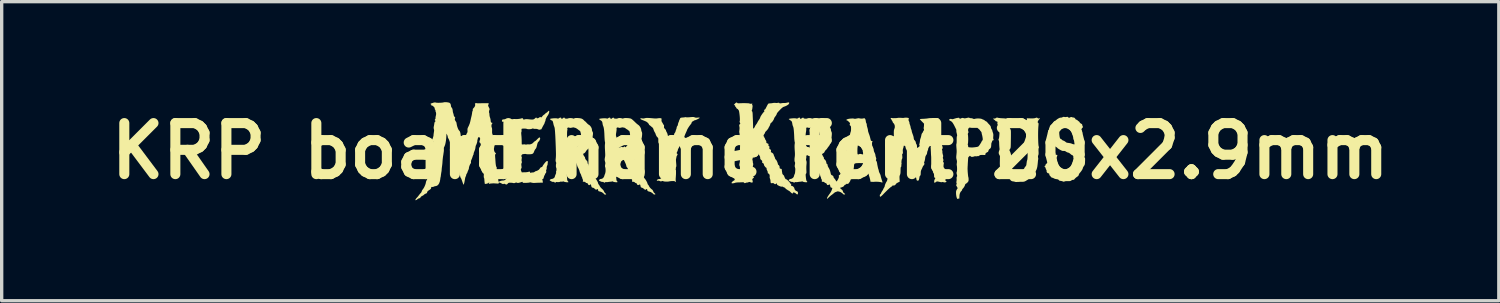
<source format=kicad_pcb>
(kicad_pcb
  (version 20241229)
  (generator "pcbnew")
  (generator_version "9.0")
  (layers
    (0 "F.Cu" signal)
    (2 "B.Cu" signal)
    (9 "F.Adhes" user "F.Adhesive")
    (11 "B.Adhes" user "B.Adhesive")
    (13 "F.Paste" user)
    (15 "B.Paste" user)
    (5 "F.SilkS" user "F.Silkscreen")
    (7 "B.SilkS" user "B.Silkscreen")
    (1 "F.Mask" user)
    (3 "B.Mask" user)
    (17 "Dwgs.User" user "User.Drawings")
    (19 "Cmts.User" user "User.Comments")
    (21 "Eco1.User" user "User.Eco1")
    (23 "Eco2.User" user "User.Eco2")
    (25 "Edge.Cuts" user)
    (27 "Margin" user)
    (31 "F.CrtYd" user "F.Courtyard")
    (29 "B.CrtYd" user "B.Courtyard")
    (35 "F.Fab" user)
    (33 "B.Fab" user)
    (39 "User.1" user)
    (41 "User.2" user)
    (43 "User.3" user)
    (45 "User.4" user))
  (footprint "KRP board name font 20x2.9mm"
    (layer "F.Cu")
    (at 19.348 1.459)
    (property "Reference" "KRP board name font 20x2.9mm" (at 0 0 0) (layer "F.SilkS") (effects (font (size 1.524 1.524) (thickness 0.3))))
    (attr board_only exclude_from_pos_files exclude_from_bom)
    (fp_poly (pts (xy 7.392 -0.994) (xy 7.414 -0.988) (xy 7.45 -0.984) (xy 7.492 -0.98) (xy 7.521 -0.979) (xy 7.562 -0.977) (xy 7.597 -0.974) (xy 7.621 -0.971) (xy 7.629 -0.969) (xy 7.644 -0.968) (xy 7.657 -0.973) (xy 7.676 -0.978) (xy 7.702 -0.972) (xy 7.709 -0.969) (xy 7.739 -0.961) (xy 7.766 -0.961) (xy 7.766 -0.961) (xy 7.79 -0.967) (xy 7.784 -0.843) (xy 7.781 -0.791) (xy 7.778 -0.755) (xy 7.774 -0.73) (xy 7.769 -0.714) (xy 7.762 -0.703) (xy 7.76 -0.701) (xy 7.749 -0.689) (xy 7.748 -0.678) (xy 7.757 -0.662) (xy 7.762 -0.656) (xy 7.769 -0.646) (xy 7.774 -0.634) (xy 7.778 -0.619) (xy 7.78 -0.597) (xy 7.781 -0.566) (xy 7.781 -0.522) (xy 7.781 -0.464) (xy 7.781 -0.451) (xy 7.78 -0.36) (xy 7.779 -0.285) (xy 7.778 -0.225) (xy 7.777 -0.179) (xy 7.776 -0.144) (xy 7.774 -0.118) (xy 7.772 -0.1) (xy 7.769 -0.087) (xy 7.766 -0.079) (xy 7.762 -0.073) (xy 7.759 -0.07) (xy 7.741 -0.042) (xy 7.738 -0.018) (xy 7.747 -0.000165) (xy 7.757 0.019) (xy 7.768 0.05) (xy 7.778 0.084) (xy 7.786 0.117) (xy 7.789 0.14) (xy 7.787 0.158) (xy 7.78 0.178) (xy 7.774 0.192) (xy 7.761 0.228) (xy 7.752 0.266) (xy 7.751 0.28) (xy 7.753 0.313) (xy 7.761 0.357) (xy 7.773 0.406) (xy 7.788 0.455) (xy 7.797 0.477) (xy 7.806 0.503) (xy 7.81 0.516) (xy 7.819 0.531) (xy 7.839 0.553) (xy 7.865 0.579) (xy 7.871 0.584) (xy 7.901 0.608) (xy 7.922 0.622) (xy 7.938 0.627) (xy 7.951 0.626) (xy 7.975 0.625) (xy 7.99 0.63) (xy 8.006 0.631) (xy 8.03 0.618) (xy 8.034 0.615) (xy 8.055 0.6) (xy 8.069 0.597) (xy 8.08 0.604) (xy 8.089 0.608) (xy 8.1 0.606) (xy 8.116 0.593) (xy 8.14 0.568) (xy 8.14 0.567) (xy 8.163 0.541) (xy 8.179 0.519) (xy 8.185 0.506) (xy 8.185 0.505) (xy 8.192 0.491) (xy 8.207 0.472) (xy 8.213 0.465) (xy 8.231 0.442) (xy 8.241 0.42) (xy 8.242 0.416) (xy 8.245 0.389) (xy 8.247 0.375) (xy 8.25 0.354) (xy 8.254 0.325) (xy 8.254 0.322) (xy 8.259 0.296) (xy 8.265 0.278) (xy 8.265 0.276) (xy 8.27 0.261) (xy 8.274 0.234) (xy 8.277 0.2) (xy 8.277 0.199) (xy 8.278 0.174) (xy 8.279 0.153) (xy 8.28 0.132) (xy 8.28 0.109) (xy 8.279 0.08) (xy 8.277 0.041) (xy 8.275 -0.012) (xy 8.274 -0.042) (xy 8.272 -0.092) (xy 8.27 -0.14) (xy 8.27 -0.181) (xy 8.27 -0.208) (xy 8.27 -0.209) (xy 8.271 -0.237) (xy 8.271 -0.266) (xy 8.271 -0.301) (xy 8.27 -0.345) (xy 8.269 -0.388) (xy 8.271 -0.425) (xy 8.275 -0.459) (xy 8.28 -0.478) (xy 8.286 -0.504) (xy 8.282 -0.525) (xy 8.278 -0.535) (xy 8.273 -0.551) (xy 8.268 -0.579) (xy 8.266 -0.619) (xy 8.263 -0.674) (xy 8.262 -0.732) (xy 8.261 -0.79) (xy 8.26 -0.843) (xy 8.259 -0.889) (xy 8.258 -0.923) (xy 8.258 -0.941) (xy 8.255 -0.978) (xy 8.362 -0.975) (xy 8.416 -0.974) (xy 8.457 -0.976) (xy 8.489 -0.98) (xy 8.513 -0.987) (xy 8.54 -0.996) (xy 8.556 -0.998) (xy 8.568 -0.993) (xy 8.579 -0.983) (xy 8.594 -0.971) (xy 8.607 -0.971) (xy 8.619 -0.979) (xy 8.634 -0.988) (xy 8.639 -0.985) (xy 8.64 -0.975) (xy 8.633 -0.956) (xy 8.62 -0.94) (xy 8.604 -0.92) (xy 8.589 -0.893) (xy 8.588 -0.89) (xy 8.58 -0.868) (xy 8.58 -0.856) (xy 8.591 -0.845) (xy 8.592 -0.844) (xy 8.601 -0.835) (xy 8.606 -0.824) (xy 8.607 -0.805) (xy 8.605 -0.774) (xy 8.603 -0.756) (xy 8.599 -0.708) (xy 8.596 -0.651) (xy 8.594 -0.587) (xy 8.593 -0.519) (xy 8.593 -0.449) (xy 8.594 -0.38) (xy 8.596 -0.314) (xy 8.598 -0.255) (xy 8.601 -0.204) (xy 8.605 -0.165) (xy 8.609 -0.141) (xy 8.612 -0.134) (xy 8.619 -0.12) (xy 8.615 -0.1) (xy 8.612 -0.092) (xy 8.605 -0.064) (xy 8.604 -0.022) (xy 8.606 0.016) (xy 8.608 0.061) (xy 8.606 0.093) (xy 8.601 0.117) (xy 8.597 0.125) (xy 8.589 0.152) (xy 8.59 0.181) (xy 8.592 0.195) (xy 8.597 0.221) (xy 8.598 0.24) (xy 8.597 0.243) (xy 8.594 0.255) (xy 8.59 0.281) (xy 8.586 0.318) (xy 8.584 0.346) (xy 8.577 0.411) (xy 8.57 0.464) (xy 8.56 0.509) (xy 8.546 0.551) (xy 8.525 0.596) (xy 8.498 0.65) (xy 8.484 0.675) (xy 8.465 0.702) (xy 8.448 0.714) (xy 8.445 0.714) (xy 8.428 0.718) (xy 8.422 0.723) (xy 8.409 0.731) (xy 8.399 0.732) (xy 8.381 0.741) (xy 8.372 0.763) (xy 8.371 0.778) (xy 8.366 0.79) (xy 8.35 0.807) (xy 8.32 0.83) (xy 8.277 0.86) (xy 8.266 0.867) (xy 8.225 0.892) (xy 8.192 0.908) (xy 8.163 0.916) (xy 8.131 0.918) (xy 8.127 0.918) (xy 8.095 0.918) (xy 8.052 0.919) (xy 8.007 0.922) (xy 7.995 0.922) (xy 7.95 0.924) (xy 7.917 0.923) (xy 7.899 0.919) (xy 7.898 0.918) (xy 7.877 0.91) (xy 7.866 0.909) (xy 7.824 0.903) (xy 7.791 0.889) (xy 7.769 0.869) (xy 7.765 0.862) (xy 7.754 0.844) (xy 7.741 0.837) (xy 7.717 0.832) (xy 7.683 0.816) (xy 7.646 0.793) (xy 7.609 0.765) (xy 7.593 0.751) (xy 7.545 0.706) (xy 7.535 0.615) (xy 7.529 0.566) (xy 7.523 0.534) (xy 7.515 0.514) (xy 7.504 0.504) (xy 7.489 0.501) (xy 7.486 0.501) (xy 7.472 0.496) (xy 7.462 0.482) (xy 7.455 0.456) (xy 7.451 0.416) (xy 7.45 0.362) (xy 7.451 0.306) (xy 7.452 0.258) (xy 7.453 0.215) (xy 7.454 0.182) (xy 7.455 0.162) (xy 7.455 0.16) (xy 7.449 0.139) (xy 7.436 0.116) (xy 7.436 0.115) (xy 7.42 0.082) (xy 7.417 0.041) (xy 7.426 -0.001) (xy 7.431 -0.011) (xy 7.44 -0.036) (xy 7.442 -0.065) (xy 7.439 -0.092) (xy 7.436 -0.127) (xy 7.433 -0.171) (xy 7.431 -0.217) (xy 7.431 -0.223) (xy 7.429 -0.274) (xy 7.423 -0.307) (xy 7.417 -0.319) (xy 7.41 -0.331) (xy 7.411 -0.347) (xy 7.42 -0.369) (xy 7.427 -0.392) (xy 7.432 -0.427) (xy 7.436 -0.469) (xy 7.439 -0.515) (xy 7.44 -0.561) (xy 7.439 -0.602) (xy 7.437 -0.635) (xy 7.432 -0.657) (xy 7.428 -0.662) (xy 7.42 -0.671) (xy 7.42 -0.692) (xy 7.421 -0.7) (xy 7.423 -0.727) (xy 7.414 -0.747) (xy 7.409 -0.754) (xy 7.385 -0.788) (xy 7.375 -0.824) (xy 7.379 -0.848) (xy 7.383 -0.867) (xy 7.374 -0.877) (xy 7.364 -0.881) (xy 7.344 -0.888) (xy 7.332 -0.89) (xy 7.324 -0.896) (xy 7.323 -0.898) (xy 7.316 -0.907) (xy 7.299 -0.923) (xy 7.286 -0.932) (xy 7.261 -0.952) (xy 7.251 -0.965) (xy 7.256 -0.972) (xy 7.278 -0.97) (xy 7.306 -0.97) (xy 7.333 -0.984) (xy 7.333 -0.985) (xy 7.354 -0.998) (xy 7.372 -0.999)) (stroke (width 0) (type solid)) (fill yes) (layer "F.SilkS"))
    (fp_poly (pts (xy -1.69 -1.015) (xy -1.673 -1.012) (xy -1.66 -1.006) (xy -1.637 -0.998) (xy -1.608 -0.995) (xy -1.571 -0.998) (xy -1.538 -1) (xy -1.519 -0.999) (xy -1.512 -0.994) (xy -1.511 -0.991) (xy -1.519 -0.982) (xy -1.539 -0.969) (xy -1.568 -0.953) (xy -1.599 -0.938) (xy -1.629 -0.926) (xy -1.652 -0.919) (xy -1.661 -0.918) (xy -1.679 -0.911) (xy -1.687 -0.904) (xy -1.702 -0.892) (xy -1.71 -0.89) (xy -1.726 -0.882) (xy -1.743 -0.865) (xy -1.752 -0.845) (xy -1.752 -0.841) (xy -1.758 -0.824) (xy -1.772 -0.804) (xy -1.773 -0.803) (xy -1.798 -0.772) (xy -1.825 -0.735) (xy -1.85 -0.697) (xy -1.871 -0.662) (xy -1.885 -0.635) (xy -1.887 -0.629) (xy -1.893 -0.611) (xy -1.906 -0.581) (xy -1.922 -0.546) (xy -1.929 -0.53) (xy -1.946 -0.491) (xy -1.96 -0.454) (xy -1.969 -0.424) (xy -1.971 -0.417) (xy -1.977 -0.393) (xy -1.986 -0.378) (xy -1.988 -0.377) (xy -1.997 -0.366) (xy -2.004 -0.343) (xy -2.006 -0.336) (xy -2.015 -0.306) (xy -2.032 -0.274) (xy -2.039 -0.264) (xy -2.056 -0.241) (xy -2.066 -0.223) (xy -2.067 -0.218) (xy -2.074 -0.204) (xy -2.085 -0.191) (xy -2.098 -0.173) (xy -2.113 -0.146) (xy -2.118 -0.132) (xy -2.13 -0.103) (xy -2.143 -0.08) (xy -2.147 -0.073) (xy -2.158 -0.052) (xy -2.16 -0.04) (xy -2.164 -0.021) (xy -2.174 0.006) (xy -2.182 0.022) (xy -2.194 0.047) (xy -2.199 0.062) (xy -2.195 0.069) (xy -2.187 0.075) (xy -2.171 0.091) (xy -2.173 0.113) (xy -2.188 0.137) (xy -2.201 0.162) (xy -2.206 0.187) (xy -2.209 0.213) (xy -2.215 0.23) (xy -2.218 0.247) (xy -2.218 0.28) (xy -2.215 0.325) (xy -2.213 0.351) (xy -2.209 0.4) (xy -2.207 0.434) (xy -2.208 0.457) (xy -2.213 0.471) (xy -2.214 0.474) (xy -2.221 0.491) (xy -2.22 0.501) (xy -2.22 0.515) (xy -2.224 0.528) (xy -2.229 0.546) (xy -2.225 0.552) (xy -2.22 0.564) (xy -2.217 0.591) (xy -2.217 0.631) (xy -2.217 0.681) (xy -2.22 0.736) (xy -2.224 0.793) (xy -2.227 0.832) (xy -2.227 0.865) (xy -2.225 0.887) (xy -2.224 0.891) (xy -2.223 0.909) (xy -2.23 0.918) (xy -2.242 0.925) (xy -2.248 0.915) (xy -2.249 0.912) (xy -2.254 0.903) (xy -2.264 0.898) (xy -2.284 0.896) (xy -2.319 0.896) (xy -2.32 0.896) (xy -2.36 0.898) (xy -2.398 0.902) (xy -2.424 0.907) (xy -2.454 0.912) (xy -2.491 0.913) (xy -2.53 0.912) (xy -2.566 0.909) (xy -2.592 0.903) (xy -2.601 0.898) (xy -2.616 0.893) (xy -2.638 0.898) (xy -2.643 0.9) (xy -2.666 0.906) (xy -2.685 0.903) (xy -2.698 0.896) (xy -2.731 0.884) (xy -2.758 0.886) (xy -2.78 0.888) (xy -2.789 0.884) (xy -2.79 0.878) (xy -2.782 0.862) (xy -2.763 0.847) (xy -2.738 0.838) (xy -2.719 0.837) (xy -2.697 0.835) (xy -2.671 0.82) (xy -2.657 0.81) (xy -2.63 0.789) (xy -2.605 0.77) (xy -2.596 0.764) (xy -2.579 0.746) (xy -2.561 0.718) (xy -2.544 0.685) (xy -2.533 0.654) (xy -2.531 0.637) (xy -2.533 0.619) (xy -2.539 0.591) (xy -2.541 0.581) (xy -2.546 0.556) (xy -2.547 0.531) (xy -2.542 0.499) (xy -2.535 0.47) (xy -2.527 0.43) (xy -2.524 0.403) (xy -2.526 0.384) (xy -2.529 0.375) (xy -2.538 0.342) (xy -2.539 0.304) (xy -2.533 0.269) (xy -2.525 0.251) (xy -2.516 0.234) (xy -2.522 0.221) (xy -2.544 0.21) (xy -2.545 0.21) (xy -2.546 0.202) (xy -2.537 0.187) (xy -2.526 0.174) (xy -2.526 0.163) (xy -2.536 0.148) (xy -2.543 0.14) (xy -2.56 0.113) (xy -2.572 0.084) (xy -2.573 0.081) (xy -2.581 0.056) (xy -2.591 0.037) (xy -2.591 0.037) (xy -2.606 0.015) (xy -2.621 -0.015) (xy -2.633 -0.046) (xy -2.639 -0.072) (xy -2.639 -0.083) (xy -2.643 -0.104) (xy -2.658 -0.122) (xy -2.683 -0.15) (xy -2.708 -0.184) (xy -2.728 -0.219) (xy -2.741 -0.25) (xy -2.744 -0.265) (xy -2.745 -0.291) (xy -2.745 -0.324) (xy -2.745 -0.339) (xy -2.746 -0.37) (xy -2.753 -0.39) (xy -2.77 -0.411) (xy -2.777 -0.417) (xy -2.796 -0.439) (xy -2.807 -0.458) (xy -2.809 -0.465) (xy -2.814 -0.482) (xy -2.818 -0.487) (xy -2.826 -0.5) (xy -2.827 -0.509) (xy -2.832 -0.527) (xy -2.845 -0.551) (xy -2.852 -0.561) (xy -2.869 -0.593) (xy -2.884 -0.63) (xy -2.888 -0.644) (xy -2.902 -0.681) (xy -2.921 -0.704) (xy -2.922 -0.704) (xy -2.943 -0.721) (xy -2.967 -0.741) (xy -2.968 -0.743) (xy -2.989 -0.76) (xy -3.006 -0.772) (xy -3.008 -0.773) (xy -3.02 -0.783) (xy -3.022 -0.788) (xy -3.029 -0.806) (xy -3.047 -0.83) (xy -3.071 -0.854) (xy -3.098 -0.874) (xy -3.11 -0.88) (xy -3.138 -0.893) (xy -3.175 -0.908) (xy -3.214 -0.923) (xy -3.214 -0.923) (xy -3.255 -0.941) (xy -3.277 -0.956) (xy -3.281 -0.969) (xy -3.273 -0.978) (xy -3.259 -0.979) (xy -3.235 -0.976) (xy -3.226 -0.974) (xy -3.186 -0.971) (xy -3.149 -0.979) (xy -3.129 -0.984) (xy -3.103 -0.988) (xy -3.071 -0.988) (xy -3.028 -0.987) (xy -2.972 -0.983) (xy -2.902 -0.977) (xy -2.883 -0.975) (xy -2.843 -0.972) (xy -2.807 -0.972) (xy -2.781 -0.974) (xy -2.776 -0.975) (xy -2.747 -0.98) (xy -2.712 -0.982) (xy -2.679 -0.981) (xy -2.658 -0.977) (xy -2.649 -0.968) (xy -2.648 -0.948) (xy -2.649 -0.931) (xy -2.65 -0.9) (xy -2.642 -0.875) (xy -2.629 -0.855) (xy -2.615 -0.832) (xy -2.606 -0.815) (xy -2.605 -0.81) (xy -2.599 -0.798) (xy -2.587 -0.786) (xy -2.576 -0.771) (xy -2.573 -0.751) (xy -2.575 -0.733) (xy -2.576 -0.708) (xy -2.571 -0.69) (xy -2.557 -0.671) (xy -2.546 -0.659) (xy -2.528 -0.639) (xy -2.518 -0.624) (xy -2.518 -0.619) (xy -2.516 -0.608) (xy -2.508 -0.587) (xy -2.495 -0.563) (xy -2.479 -0.531) (xy -2.469 -0.501) (xy -2.466 -0.484) (xy -2.462 -0.462) (xy -2.452 -0.451) (xy -2.442 -0.439) (xy -2.434 -0.416) (xy -2.432 -0.409) (xy -2.422 -0.376) (xy -2.405 -0.352) (xy -2.385 -0.34) (xy -2.366 -0.342) (xy -2.35 -0.356) (xy -2.334 -0.38) (xy -2.332 -0.385) (xy -2.315 -0.416) (xy -2.296 -0.448) (xy -2.294 -0.452) (xy -2.279 -0.477) (xy -2.272 -0.5) (xy -2.271 -0.505) (xy -2.265 -0.527) (xy -2.254 -0.541) (xy -2.24 -0.561) (xy -2.23 -0.588) (xy -2.23 -0.591) (xy -2.221 -0.622) (xy -2.21 -0.65) (xy -2.21 -0.65) (xy -2.2 -0.679) (xy -2.197 -0.703) (xy -2.19 -0.729) (xy -2.178 -0.746) (xy -2.164 -0.769) (xy -2.16 -0.792) (xy -2.155 -0.819) (xy -2.145 -0.85) (xy -2.141 -0.857) (xy -2.13 -0.883) (xy -2.124 -0.904) (xy -2.123 -0.908) (xy -2.117 -0.927) (xy -2.109 -0.94) (xy -2.098 -0.961) (xy -2.095 -0.974) (xy -2.086 -0.987) (xy -2.06 -0.997) (xy -2.018 -1.001) (xy -2.003 -1.002) (xy -1.975 -1.004) (xy -1.952 -1.009) (xy -1.951 -1.01) (xy -1.929 -1.012) (xy -1.917 -1.009) (xy -1.9 -1.006) (xy -1.869 -1.006) (xy -1.826 -1.008) (xy -1.795 -1.011) (xy -1.747 -1.015) (xy -1.713 -1.016)) (stroke (width 0) (type solid)) (fill yes) (layer "F.SilkS"))
    (fp_poly (pts (xy 6.535 -0.995) (xy 6.541 -0.991) (xy 6.56 -0.983) (xy 6.586 -0.981) (xy 6.587 -0.981) (xy 6.619 -0.978) (xy 6.646 -0.968) (xy 6.667 -0.958) (xy 6.687 -0.957) (xy 6.71 -0.963) (xy 6.749 -0.97) (xy 6.794 -0.973) (xy 6.841 -0.971) (xy 6.883 -0.966) (xy 6.914 -0.957) (xy 6.92 -0.954) (xy 6.942 -0.942) (xy 6.959 -0.936) (xy 6.961 -0.936) (xy 6.975 -0.931) (xy 6.996 -0.916) (xy 7.005 -0.908) (xy 7.027 -0.892) (xy 7.045 -0.882) (xy 7.05 -0.881) (xy 7.064 -0.873) (xy 7.074 -0.861) (xy 7.086 -0.843) (xy 7.107 -0.82) (xy 7.124 -0.803) (xy 7.156 -0.768) (xy 7.176 -0.739) (xy 7.184 -0.712) (xy 7.184 -0.702) (xy 7.19 -0.679) (xy 7.204 -0.655) (xy 7.204 -0.654) (xy 7.219 -0.63) (xy 7.227 -0.607) (xy 7.227 -0.606) (xy 7.231 -0.584) (xy 7.241 -0.555) (xy 7.245 -0.543) (xy 7.254 -0.512) (xy 7.257 -0.481) (xy 7.255 -0.439) (xy 7.254 -0.435) (xy 7.252 -0.393) (xy 7.254 -0.366) (xy 7.259 -0.356) (xy 7.266 -0.337) (xy 7.258 -0.321) (xy 7.24 -0.315) (xy 7.225 -0.309) (xy 7.221 -0.294) (xy 7.215 -0.27) (xy 7.207 -0.256) (xy 7.198 -0.233) (xy 7.195 -0.198) (xy 7.195 -0.19) (xy 7.191 -0.136) (xy 7.179 -0.095) (xy 7.157 -0.069) (xy 7.148 -0.064) (xy 7.128 -0.049) (xy 7.115 -0.022) (xy 7.112 -0.012) (xy 7.103 0.012) (xy 7.095 0.026) (xy 7.092 0.028) (xy 7.08 0.032) (xy 7.058 0.044) (xy 7.051 0.049) (xy 7.027 0.069) (xy 7.018 0.09) (xy 7.018 0.094) (xy 7.017 0.118) (xy 6.939 0.117) (xy 6.9 0.117) (xy 6.874 0.119) (xy 6.857 0.124) (xy 6.843 0.133) (xy 6.839 0.136) (xy 6.814 0.152) (xy 6.798 0.152) (xy 6.774 0.152) (xy 6.761 0.156) (xy 6.737 0.16) (xy 6.727 0.156) (xy 6.707 0.152) (xy 6.699 0.156) (xy 6.684 0.163) (xy 6.658 0.169) (xy 6.644 0.172) (xy 6.615 0.175) (xy 6.596 0.171) (xy 6.58 0.16) (xy 6.579 0.159) (xy 6.558 0.14) (xy 6.533 0.163) (xy 6.516 0.18) (xy 6.507 0.192) (xy 6.507 0.193) (xy 6.505 0.209) (xy 6.503 0.239) (xy 6.5 0.28) (xy 6.497 0.328) (xy 6.494 0.378) (xy 6.492 0.427) (xy 6.489 0.471) (xy 6.488 0.505) (xy 6.487 0.526) (xy 6.487 0.528) (xy 6.489 0.571) (xy 6.491 0.617) (xy 6.495 0.664) (xy 6.499 0.707) (xy 6.503 0.742) (xy 6.506 0.765) (xy 6.508 0.77) (xy 6.513 0.788) (xy 6.517 0.817) (xy 6.518 0.843) (xy 6.518 0.876) (xy 6.513 0.898) (xy 6.502 0.917) (xy 6.489 0.934) (xy 6.467 0.955) (xy 6.447 0.97) (xy 6.439 0.974) (xy 6.422 0.985) (xy 6.417 0.997) (xy 6.405 1.032) (xy 6.385 1.072) (xy 6.361 1.105) (xy 6.352 1.114) (xy 6.332 1.138) (xy 6.32 1.164) (xy 6.319 1.168) (xy 6.312 1.187) (xy 6.302 1.196) (xy 6.301 1.196) (xy 6.291 1.204) (xy 6.277 1.224) (xy 6.267 1.243) (xy 6.253 1.279) (xy 6.246 1.317) (xy 6.244 1.359) (xy 6.242 1.399) (xy 6.238 1.422) (xy 6.232 1.428) (xy 6.218 1.421) (xy 6.215 1.418) (xy 6.206 1.416) (xy 6.197 1.425) (xy 6.189 1.433) (xy 6.182 1.43) (xy 6.173 1.415) (xy 6.165 1.396) (xy 6.156 1.366) (xy 6.149 1.327) (xy 6.144 1.284) (xy 6.143 1.243) (xy 6.144 1.207) (xy 6.149 1.183) (xy 6.153 1.176) (xy 6.163 1.158) (xy 6.165 1.151) (xy 6.171 1.135) (xy 6.18 1.126) (xy 6.19 1.117) (xy 6.19 1.107) (xy 6.182 1.087) (xy 6.18 1.084) (xy 6.166 1.058) (xy 6.154 1.038) (xy 6.153 1.037) (xy 6.147 1.02) (xy 6.154 1) (xy 6.155 0.997) (xy 6.163 0.974) (xy 6.159 0.957) (xy 6.158 0.955) (xy 6.152 0.934) (xy 6.156 0.904) (xy 6.157 0.904) (xy 6.161 0.872) (xy 6.161 0.836) (xy 6.16 0.826) (xy 6.159 0.791) (xy 6.166 0.768) (xy 6.168 0.765) (xy 6.175 0.752) (xy 6.176 0.737) (xy 6.171 0.713) (xy 6.166 0.697) (xy 6.159 0.665) (xy 6.158 0.643) (xy 6.163 0.629) (xy 6.168 0.611) (xy 6.172 0.581) (xy 6.174 0.542) (xy 6.173 0.502) (xy 6.171 0.466) (xy 6.167 0.439) (xy 6.166 0.434) (xy 6.162 0.408) (xy 6.165 0.373) (xy 6.166 0.361) (xy 6.171 0.324) (xy 6.168 0.289) (xy 6.16 0.255) (xy 6.152 0.22) (xy 6.149 0.187) (xy 6.151 0.148) (xy 6.154 0.12) (xy 6.158 0.077) (xy 6.161 0.043) (xy 6.162 0.012) (xy 6.161 -0.021) (xy 6.158 -0.062) (xy 6.154 -0.11) (xy 6.151 -0.16) (xy 6.151 -0.195) (xy 6.152 -0.199) (xy 6.492 -0.199) (xy 6.495 -0.187) (xy 6.5 -0.173) (xy 6.503 -0.156) (xy 6.506 -0.128) (xy 6.506 -0.128) (xy 6.51 -0.119) (xy 6.524 -0.113) (xy 6.55 -0.11) (xy 6.57 -0.108) (xy 6.607 -0.107) (xy 6.639 -0.107) (xy 6.674 -0.11) (xy 6.718 -0.115) (xy 6.725 -0.116) (xy 6.765 -0.122) (xy 6.792 -0.129) (xy 6.812 -0.139) (xy 6.829 -0.158) (xy 6.85 -0.187) (xy 6.86 -0.202) (xy 6.88 -0.234) (xy 6.896 -0.261) (xy 6.905 -0.279) (xy 6.906 -0.283) (xy 6.912 -0.297) (xy 6.925 -0.311) (xy 6.935 -0.323) (xy 6.94 -0.338) (xy 6.94 -0.361) (xy 6.938 -0.384) (xy 6.932 -0.423) (xy 6.924 -0.463) (xy 6.919 -0.482) (xy 6.911 -0.512) (xy 6.907 -0.538) (xy 6.906 -0.545) (xy 6.9 -0.566) (xy 6.884 -0.587) (xy 6.883 -0.588) (xy 6.867 -0.605) (xy 6.86 -0.617) (xy 6.86 -0.618) (xy 6.853 -0.628) (xy 6.836 -0.645) (xy 6.82 -0.659) (xy 6.781 -0.692) (xy 6.688 -0.691) (xy 6.646 -0.691) (xy 6.61 -0.692) (xy 6.583 -0.695) (xy 6.575 -0.697) (xy 6.545 -0.7) (xy 6.522 -0.686) (xy 6.507 -0.658) (xy 6.504 -0.643) (xy 6.503 -0.608) (xy 6.51 -0.584) (xy 6.516 -0.568) (xy 6.511 -0.549) (xy 6.505 -0.539) (xy 6.494 -0.511) (xy 6.497 -0.49) (xy 6.501 -0.47) (xy 6.503 -0.438) (xy 6.505 -0.396) (xy 6.506 -0.351) (xy 6.505 -0.306) (xy 6.503 -0.267) (xy 6.501 -0.236) (xy 6.497 -0.22) (xy 6.492 -0.199) (xy 6.152 -0.199) (xy 6.154 -0.215) (xy 6.155 -0.218) (xy 6.159 -0.231) (xy 6.161 -0.258) (xy 6.162 -0.296) (xy 6.162 -0.331) (xy 6.162 -0.384) (xy 6.164 -0.422) (xy 6.169 -0.443) (xy 6.171 -0.446) (xy 6.175 -0.458) (xy 6.174 -0.479) (xy 6.168 -0.512) (xy 6.164 -0.526) (xy 6.156 -0.561) (xy 6.152 -0.59) (xy 6.152 -0.607) (xy 6.152 -0.608) (xy 6.153 -0.627) (xy 6.148 -0.643) (xy 6.14 -0.66) (xy 6.126 -0.688) (xy 6.108 -0.724) (xy 6.099 -0.744) (xy 6.065 -0.807) (xy 6.034 -0.854) (xy 6.003 -0.885) (xy 5.972 -0.902) (xy 5.97 -0.903) (xy 5.945 -0.915) (xy 5.937 -0.931) (xy 5.945 -0.947) (xy 5.965 -0.958) (xy 5.99 -0.961) (xy 6.011 -0.955) (xy 6.024 -0.951) (xy 6.042 -0.951) (xy 6.069 -0.958) (xy 6.103 -0.969) (xy 6.138 -0.979) (xy 6.167 -0.987) (xy 6.184 -0.989) (xy 6.186 -0.989) (xy 6.203 -0.99) (xy 6.213 -0.993) (xy 6.229 -0.995) (xy 6.241 -0.983) (xy 6.251 -0.969) (xy 6.263 -0.965) (xy 6.282 -0.971) (xy 6.3 -0.979) (xy 6.326 -0.989) (xy 6.348 -0.988) (xy 6.367 -0.983) (xy 6.39 -0.977) (xy 6.413 -0.977) (xy 6.443 -0.982) (xy 6.464 -0.987) (xy 6.499 -0.995) (xy 6.521 -0.998)) (stroke (width 0) (type solid)) (fill yes) (layer "F.SilkS"))
    (fp_poly (pts (xy 9.477 -1.02) (xy 9.489 -1.009) (xy 9.509 -0.994) (xy 9.53 -0.995) (xy 9.554 -1.007) (xy 9.575 -1.017) (xy 9.595 -1.014) (xy 9.6 -1.012) (xy 9.628 -1.003) (xy 9.649 -1.001) (xy 9.679 -0.993) (xy 9.701 -0.968) (xy 9.709 -0.953) (xy 9.722 -0.94) (xy 9.736 -0.936) (xy 9.757 -0.929) (xy 9.768 -0.918) (xy 9.785 -0.901) (xy 9.805 -0.888) (xy 9.824 -0.873) (xy 9.834 -0.856) (xy 9.845 -0.838) (xy 9.873 -0.82) (xy 9.873 -0.82) (xy 9.899 -0.804) (xy 9.91 -0.788) (xy 9.91 -0.784) (xy 9.914 -0.762) (xy 9.924 -0.738) (xy 9.932 -0.719) (xy 9.929 -0.707) (xy 9.915 -0.694) (xy 9.898 -0.673) (xy 9.883 -0.641) (xy 9.878 -0.627) (xy 9.864 -0.592) (xy 9.846 -0.56) (xy 9.836 -0.547) (xy 9.819 -0.527) (xy 9.809 -0.512) (xy 9.808 -0.509) (xy 9.802 -0.498) (xy 9.79 -0.484) (xy 9.767 -0.46) (xy 9.739 -0.423) (xy 9.708 -0.378) (xy 9.705 -0.373) (xy 9.687 -0.352) (xy 9.668 -0.343) (xy 9.667 -0.343) (xy 9.656 -0.345) (xy 9.651 -0.353) (xy 9.653 -0.373) (xy 9.655 -0.387) (xy 9.661 -0.416) (xy 9.668 -0.438) (xy 9.672 -0.444) (xy 9.676 -0.456) (xy 9.666 -0.468) (xy 9.662 -0.471) (xy 9.648 -0.484) (xy 9.642 -0.504) (xy 9.641 -0.528) (xy 9.637 -0.565) (xy 9.626 -0.602) (xy 9.623 -0.609) (xy 9.613 -0.635) (xy 9.609 -0.658) (xy 9.609 -0.664) (xy 9.608 -0.675) (xy 9.597 -0.687) (xy 9.572 -0.701) (xy 9.56 -0.707) (xy 9.528 -0.72) (xy 9.498 -0.73) (xy 9.481 -0.732) (xy 9.46 -0.738) (xy 9.448 -0.748) (xy 9.44 -0.757) (xy 9.431 -0.755) (xy 9.414 -0.744) (xy 9.387 -0.729) (xy 9.359 -0.729) (xy 9.331 -0.73) (xy 9.309 -0.724) (xy 9.289 -0.707) (xy 9.273 -0.681) (xy 9.264 -0.656) (xy 9.265 -0.641) (xy 9.264 -0.619) (xy 9.246 -0.602) (xy 9.24 -0.6) (xy 9.229 -0.586) (xy 9.224 -0.556) (xy 9.225 -0.511) (xy 9.232 -0.451) (xy 9.234 -0.436) (xy 9.241 -0.401) (xy 9.247 -0.381) (xy 9.257 -0.369) (xy 9.271 -0.361) (xy 9.272 -0.361) (xy 9.294 -0.348) (xy 9.307 -0.334) (xy 9.322 -0.321) (xy 9.345 -0.312) (xy 9.346 -0.312) (xy 9.372 -0.301) (xy 9.4 -0.283) (xy 9.408 -0.277) (xy 9.427 -0.261) (xy 9.447 -0.251) (xy 9.475 -0.245) (xy 9.507 -0.241) (xy 9.552 -0.234) (xy 9.59 -0.223) (xy 9.606 -0.216) (xy 9.643 -0.202) (xy 9.666 -0.202) (xy 9.69 -0.201) (xy 9.705 -0.189) (xy 9.707 -0.186) (xy 9.72 -0.171) (xy 9.729 -0.167) (xy 9.741 -0.161) (xy 9.762 -0.147) (xy 9.782 -0.132) (xy 9.812 -0.109) (xy 9.841 -0.088) (xy 9.856 -0.079) (xy 9.882 -0.055) (xy 9.9 -0.019) (xy 9.901 -0.016) (xy 9.913 0.013) (xy 9.927 0.038) (xy 9.932 0.045) (xy 9.947 0.07) (xy 9.957 0.103) (xy 9.961 0.135) (xy 9.959 0.152) (xy 9.962 0.172) (xy 9.976 0.186) (xy 9.985 0.194) (xy 9.991 0.203) (xy 9.995 0.217) (xy 9.996 0.239) (xy 9.996 0.271) (xy 9.994 0.318) (xy 9.993 0.346) (xy 9.99 0.383) (xy 9.984 0.409) (xy 9.972 0.432) (xy 9.959 0.45) (xy 9.942 0.477) (xy 9.93 0.501) (xy 9.928 0.513) (xy 9.922 0.533) (xy 9.906 0.563) (xy 9.883 0.598) (xy 9.855 0.634) (xy 9.833 0.659) (xy 9.817 0.682) (xy 9.808 0.705) (xy 9.808 0.709) (xy 9.8 0.731) (xy 9.785 0.748) (xy 9.762 0.765) (xy 9.735 0.784) (xy 9.73 0.788) (xy 9.705 0.81) (xy 9.684 0.833) (xy 9.681 0.837) (xy 9.664 0.856) (xy 9.645 0.859) (xy 9.642 0.859) (xy 9.617 0.862) (xy 9.587 0.877) (xy 9.586 0.878) (xy 9.567 0.89) (xy 9.548 0.896) (xy 9.524 0.899) (xy 9.488 0.898) (xy 9.479 0.898) (xy 9.433 0.898) (xy 9.399 0.902) (xy 9.384 0.906) (xy 9.371 0.914) (xy 9.362 0.916) (xy 9.35 0.914) (xy 9.328 0.906) (xy 9.321 0.904) (xy 9.29 0.895) (xy 9.26 0.89) (xy 9.255 0.89) (xy 9.227 0.883) (xy 9.211 0.868) (xy 9.199 0.854) (xy 9.179 0.845) (xy 9.147 0.84) (xy 9.141 0.839) (xy 9.103 0.832) (xy 9.073 0.821) (xy 9.062 0.815) (xy 9.038 0.802) (xy 9.017 0.797) (xy 8.992 0.789) (xy 8.972 0.767) (xy 8.956 0.746) (xy 8.941 0.731) (xy 8.939 0.73) (xy 8.93 0.716) (xy 8.927 0.695) (xy 8.924 0.675) (xy 8.913 0.668) (xy 8.906 0.667) (xy 8.881 0.66) (xy 8.86 0.642) (xy 8.847 0.619) (xy 8.847 0.601) (xy 8.846 0.579) (xy 8.84 0.566) (xy 8.83 0.548) (xy 8.82 0.521) (xy 8.817 0.512) (xy 8.807 0.486) (xy 8.796 0.469) (xy 8.792 0.467) (xy 8.78 0.457) (xy 8.785 0.447) (xy 8.797 0.442) (xy 8.813 0.43) (xy 8.816 0.414) (xy 8.822 0.392) (xy 8.844 0.375) (xy 8.844 0.375) (xy 8.866 0.359) (xy 8.881 0.339) (xy 8.881 0.338) (xy 8.896 0.319) (xy 8.912 0.31) (xy 8.933 0.298) (xy 8.944 0.282) (xy 8.954 0.265) (xy 8.962 0.26) (xy 8.971 0.253) (xy 8.989 0.235) (xy 9.011 0.209) (xy 9.019 0.199) (xy 9.064 0.152) (xy 9.107 0.122) (xy 9.147 0.111) (xy 9.151 0.111) (xy 9.165 0.117) (xy 9.167 0.134) (xy 9.157 0.164) (xy 9.152 0.174) (xy 9.139 0.208) (xy 9.137 0.232) (xy 9.147 0.252) (xy 9.149 0.254) (xy 9.156 0.271) (xy 9.151 0.281) (xy 9.145 0.298) (xy 9.141 0.327) (xy 9.139 0.361) (xy 9.14 0.393) (xy 9.145 0.417) (xy 9.15 0.441) (xy 9.151 0.457) (xy 9.154 0.477) (xy 9.164 0.498) (xy 9.174 0.522) (xy 9.175 0.544) (xy 9.175 0.565) (xy 9.187 0.572) (xy 9.205 0.565) (xy 9.225 0.56) (xy 9.236 0.563) (xy 9.254 0.569) (xy 9.265 0.57) (xy 9.279 0.575) (xy 9.283 0.592) (xy 9.284 0.598) (xy 9.284 0.626) (xy 9.355 0.627) (xy 9.393 0.627) (xy 9.418 0.625) (xy 9.438 0.618) (xy 9.459 0.605) (xy 9.471 0.597) (xy 9.499 0.58) (xy 9.524 0.568) (xy 9.537 0.565) (xy 9.556 0.56) (xy 9.563 0.552) (xy 9.575 0.54) (xy 9.59 0.534) (xy 9.607 0.524) (xy 9.617 0.502) (xy 9.619 0.494) (xy 9.628 0.462) (xy 9.642 0.432) (xy 9.642 0.431) (xy 9.655 0.399) (xy 9.66 0.358) (xy 9.66 0.357) (xy 9.663 0.325) (xy 9.67 0.3) (xy 9.674 0.293) (xy 9.686 0.264) (xy 9.682 0.238) (xy 9.665 0.219) (xy 9.648 0.202) (xy 9.647 0.186) (xy 9.646 0.164) (xy 9.635 0.142) (xy 9.62 0.125) (xy 9.608 0.121) (xy 9.594 0.115) (xy 9.572 0.099) (xy 9.554 0.083) (xy 9.521 0.058) (xy 9.494 0.047) (xy 9.489 0.046) (xy 9.467 0.041) (xy 9.44 0.027) (xy 9.427 0.019) (xy 9.4 0.002) (xy 9.376 -0.004) (xy 9.356 -0.003) (xy 9.335 -0.002) (xy 9.312 -0.007) (xy 9.283 -0.019) (xy 9.249 -0.037) (xy 9.216 -0.056) (xy 9.188 -0.074) (xy 9.171 -0.088) (xy 9.169 -0.092) (xy 9.156 -0.104) (xy 9.133 -0.12) (xy 9.102 -0.138) (xy 9.101 -0.138) (xy 9.06 -0.162) (xy 9.025 -0.188) (xy 8.993 -0.219) (xy 8.96 -0.261) (xy 8.931 -0.303) (xy 8.907 -0.338) (xy 8.892 -0.363) (xy 8.884 -0.382) (xy 8.882 -0.4) (xy 8.883 -0.422) (xy 8.883 -0.428) (xy 8.891 -0.494) (xy 8.901 -0.56) (xy 8.914 -0.624) (xy 8.927 -0.682) (xy 8.941 -0.728) (xy 8.954 -0.758) (xy 8.97 -0.776) (xy 8.982 -0.783) (xy 8.997 -0.794) (xy 9.015 -0.816) (xy 9.029 -0.835) (xy 9.057 -0.872) (xy 9.086 -0.894) (xy 9.088 -0.895) (xy 9.113 -0.908) (xy 9.131 -0.922) (xy 9.131 -0.923) (xy 9.153 -0.943) (xy 9.182 -0.963) (xy 9.214 -0.981) (xy 9.243 -0.994) (xy 9.264 -0.997) (xy 9.266 -0.997) (xy 9.292 -0.998) (xy 9.322 -1.01) (xy 9.348 -1.021) (xy 9.367 -1.021) (xy 9.377 -1.018) (xy 9.406 -1.013) (xy 9.436 -1.017) (xy 9.461 -1.022)) (stroke (width 0) (type solid)) (fill yes) (layer "F.SilkS"))
    (fp_poly (pts (xy -4.175 -0.984) (xy -4.173 -0.976) (xy -4.168 -0.96) (xy -4.158 -0.957) (xy -4.14 -0.967) (xy -4.126 -0.979) (xy -4.102 -0.994) (xy -4.082 -0.997) (xy -4.071 -0.988) (xy -4.07 -0.98) (xy -4.061 -0.973) (xy -4.041 -0.969) (xy -4.014 -0.966) (xy -3.988 -0.967) (xy -3.968 -0.97) (xy -3.963 -0.973) (xy -3.941 -0.982) (xy -3.909 -0.986) (xy -3.874 -0.985) (xy -3.844 -0.979) (xy -3.84 -0.978) (xy -3.816 -0.97) (xy -3.797 -0.971) (xy -3.784 -0.977) (xy -3.76 -0.983) (xy -3.724 -0.986) (xy -3.681 -0.985) (xy -3.637 -0.982) (xy -3.596 -0.976) (xy -3.564 -0.968) (xy -3.561 -0.967) (xy -3.542 -0.955) (xy -3.514 -0.933) (xy -3.482 -0.904) (xy -3.452 -0.876) (xy -3.419 -0.843) (xy -3.388 -0.815) (xy -3.362 -0.794) (xy -3.348 -0.784) (xy -3.322 -0.764) (xy -3.296 -0.732) (xy -3.274 -0.695) (xy -3.26 -0.659) (xy -3.255 -0.631) (xy -3.252 -0.607) (xy -3.242 -0.579) (xy -3.24 -0.575) (xy -3.232 -0.555) (xy -3.228 -0.532) (xy -3.228 -0.502) (xy -3.23 -0.47) (xy -3.234 -0.433) (xy -3.239 -0.401) (xy -3.244 -0.381) (xy -3.245 -0.379) (xy -3.249 -0.355) (xy -3.246 -0.325) (xy -3.242 -0.301) (xy -3.245 -0.281) (xy -3.257 -0.258) (xy -3.264 -0.246) (xy -3.279 -0.219) (xy -3.289 -0.196) (xy -3.291 -0.187) (xy -3.297 -0.17) (xy -3.313 -0.15) (xy -3.319 -0.143) (xy -3.341 -0.118) (xy -3.358 -0.091) (xy -3.36 -0.086) (xy -3.377 -0.06) (xy -3.398 -0.041) (xy -3.417 -0.022) (xy -3.435 0.006) (xy -3.44 0.016) (xy -3.458 0.048) (xy -3.481 0.065) (xy -3.485 0.066) (xy -3.507 0.078) (xy -3.518 0.092) (xy -3.516 0.105) (xy -3.513 0.107) (xy -3.505 0.12) (xy -3.504 0.129) (xy -3.498 0.147) (xy -3.486 0.162) (xy -3.47 0.187) (xy -3.467 0.209) (xy -3.463 0.234) (xy -3.45 0.245) (xy -3.448 0.246) (xy -3.433 0.254) (xy -3.43 0.259) (xy -3.424 0.271) (xy -3.411 0.29) (xy -3.407 0.295) (xy -3.391 0.319) (xy -3.388 0.343) (xy -3.389 0.35) (xy -3.391 0.371) (xy -3.383 0.382) (xy -3.375 0.384) (xy -3.359 0.394) (xy -3.355 0.402) (xy -3.354 0.419) (xy -3.352 0.436) (xy -3.346 0.456) (xy -3.333 0.484) (xy -3.321 0.503) (xy -3.291 0.562) (xy -3.268 0.635) (xy -3.259 0.678) (xy -3.252 0.702) (xy -3.239 0.716) (xy -3.216 0.727) (xy -3.192 0.738) (xy -3.182 0.751) (xy -3.18 0.768) (xy -3.171 0.796) (xy -3.156 0.816) (xy -3.138 0.837) (xy -3.118 0.867) (xy -3.098 0.901) (xy -3.081 0.933) (xy -3.071 0.96) (xy -3.068 0.971) (xy -3.062 0.991) (xy -3.05 1.006) (xy -3.033 1.026) (xy -3.026 1.042) (xy -3.014 1.064) (xy -2.993 1.093) (xy -2.968 1.12) (xy -2.944 1.141) (xy -2.933 1.148) (xy -2.914 1.166) (xy -2.9 1.196) (xy -2.88 1.236) (xy -2.858 1.258) (xy -2.84 1.274) (xy -2.832 1.287) (xy -2.833 1.29) (xy -2.845 1.296) (xy -2.864 1.298) (xy -2.88 1.295) (xy -2.885 1.291) (xy -2.893 1.282) (xy -2.912 1.265) (xy -2.929 1.25) (xy -2.976 1.222) (xy -3.015 1.211) (xy -3.05 1.201) (xy -3.071 1.183) (xy -3.078 1.154) (xy -3.078 1.15) (xy -3.081 1.134) (xy -3.091 1.133) (xy -3.11 1.145) (xy -3.125 1.155) (xy -3.138 1.157) (xy -3.153 1.148) (xy -3.176 1.128) (xy -3.178 1.127) (xy -3.204 1.108) (xy -3.23 1.095) (xy -3.24 1.092) (xy -3.258 1.088) (xy -3.269 1.075) (xy -3.275 1.052) (xy -3.282 1.019) (xy -3.288 1.002) (xy -3.296 0.997) (xy -3.308 1.001) (xy -3.319 1.007) (xy -3.347 1.017) (xy -3.369 1.01) (xy -3.382 0.986) (xy -3.384 0.982) (xy -3.395 0.963) (xy -3.414 0.957) (xy -3.436 0.948) (xy -3.449 0.936) (xy -3.462 0.923) (xy -3.487 0.918) (xy -3.496 0.918) (xy -3.519 0.917) (xy -3.529 0.912) (xy -3.529 0.898) (xy -3.527 0.887) (xy -3.526 0.86) (xy -3.536 0.844) (xy -3.547 0.826) (xy -3.55 0.807) (xy -3.554 0.785) (xy -3.56 0.772) (xy -3.572 0.749) (xy -3.578 0.712) (xy -3.584 0.695) (xy -3.599 0.674) (xy -3.6 0.673) (xy -3.618 0.644) (xy -3.628 0.608) (xy -3.628 0.607) (xy -3.637 0.568) (xy -3.653 0.528) (xy -3.672 0.496) (xy -3.684 0.483) (xy -3.696 0.464) (xy -3.699 0.449) (xy -3.703 0.429) (xy -3.713 0.397) (xy -3.728 0.36) (xy -3.746 0.321) (xy -3.763 0.287) (xy -3.778 0.262) (xy -3.783 0.254) (xy -3.796 0.233) (xy -3.801 0.215) (xy -3.805 0.192) (xy -3.812 0.171) (xy -3.82 0.157) (xy -3.832 0.15) (xy -3.852 0.149) (xy -3.871 0.15) (xy -3.905 0.15) (xy -3.927 0.144) (xy -3.938 0.136) (xy -3.955 0.125) (xy -3.972 0.127) (xy -3.977 0.13) (xy -3.992 0.143) (xy -3.991 0.163) (xy -3.99 0.187) (xy -3.994 0.217) (xy -3.995 0.222) (xy -4 0.255) (xy -3.993 0.285) (xy -3.992 0.288) (xy -3.983 0.326) (xy -3.982 0.38) (xy -3.989 0.449) (xy -3.991 0.464) (xy -3.992 0.493) (xy -3.992 0.533) (xy -3.988 0.576) (xy -3.988 0.584) (xy -3.983 0.622) (xy -3.982 0.646) (xy -3.984 0.661) (xy -3.99 0.67) (xy -3.997 0.675) (xy -4.01 0.69) (xy -4.011 0.712) (xy -4.01 0.717) (xy -4.007 0.741) (xy -4.003 0.776) (xy -4 0.815) (xy -4 0.816) (xy -3.996 0.855) (xy -3.991 0.88) (xy -3.982 0.895) (xy -3.976 0.901) (xy -3.964 0.916) (xy -3.963 0.927) (xy -3.975 0.931) (xy -3.999 0.932) (xy -4.03 0.93) (xy -4.061 0.925) (xy -4.086 0.918) (xy -4.098 0.912) (xy -4.113 0.904) (xy -4.12 0.906) (xy -4.133 0.911) (xy -4.157 0.914) (xy -4.165 0.915) (xy -4.2 0.918) (xy -4.238 0.923) (xy -4.247 0.925) (xy -4.276 0.928) (xy -4.298 0.927) (xy -4.304 0.926) (xy -4.321 0.925) (xy -4.329 0.932) (xy -4.348 0.945) (xy -4.368 0.939) (xy -4.376 0.931) (xy -4.396 0.921) (xy -4.41 0.922) (xy -4.437 0.92) (xy -4.475 0.904) (xy -4.477 0.903) (xy -4.503 0.889) (xy -4.515 0.879) (xy -4.516 0.87) (xy -4.508 0.857) (xy -4.507 0.857) (xy -4.483 0.838) (xy -4.463 0.835) (xy -4.422 0.826) (xy -4.389 0.801) (xy -4.366 0.766) (xy -4.36 0.75) (xy -4.351 0.719) (xy -4.341 0.692) (xy -4.337 0.685) (xy -4.328 0.656) (xy -4.321 0.616) (xy -4.319 0.571) (xy -4.321 0.528) (xy -4.327 0.492) (xy -4.33 0.485) (xy -4.337 0.46) (xy -4.337 0.433) (xy -4.332 0.405) (xy -4.326 0.369) (xy -4.328 0.341) (xy -4.334 0.319) (xy -4.343 0.287) (xy -4.347 0.258) (xy -4.344 0.224) (xy -4.337 0.184) (xy -4.332 0.156) (xy -4.33 0.122) (xy -4.331 0.078) (xy -4.334 0.021) (xy -4.336 -0.017) (xy -4.34 -0.09) (xy -4.341 -0.148) (xy -4.34 -0.188) (xy -4.337 -0.204) (xy -4.334 -0.252) (xy -4.338 -0.273) (xy -4.342 -0.293) (xy -4.346 -0.328) (xy -4.349 -0.371) (xy -4.352 -0.42) (xy -4.352 -0.427) (xy -4.355 -0.491) (xy -4.01 -0.491) (xy -4.01 -0.469) (xy -4.006 -0.449) (xy -4.001 -0.431) (xy -3.992 -0.39) (xy -3.991 -0.344) (xy -3.997 -0.3) (xy -4.006 -0.275) (xy -4.01 -0.254) (xy -4.007 -0.223) (xy -3.999 -0.189) (xy -3.988 -0.157) (xy -3.976 -0.134) (xy -3.975 -0.133) (xy -3.952 -0.118) (xy -3.936 -0.118) (xy -3.917 -0.118) (xy -3.908 -0.112) (xy -3.9 -0.104) (xy -3.89 -0.105) (xy -3.872 -0.116) (xy -3.853 -0.124) (xy -3.832 -0.122) (xy -3.822 -0.119) (xy -3.799 -0.112) (xy -3.784 -0.117) (xy -3.773 -0.125) (xy -3.758 -0.137) (xy -3.749 -0.137) (xy -3.739 -0.125) (xy -3.73 -0.114) (xy -3.721 -0.114) (xy -3.709 -0.127) (xy -3.703 -0.134) (xy -3.683 -0.157) (xy -3.658 -0.186) (xy -3.643 -0.202) (xy -3.62 -0.23) (xy -3.609 -0.252) (xy -3.606 -0.277) (xy -3.603 -0.302) (xy -3.597 -0.32) (xy -3.596 -0.322) (xy -3.589 -0.338) (xy -3.585 -0.367) (xy -3.584 -0.406) (xy -3.586 -0.45) (xy -3.589 -0.494) (xy -3.594 -0.536) (xy -3.601 -0.57) (xy -3.609 -0.593) (xy -3.615 -0.601) (xy -3.631 -0.61) (xy -3.644 -0.622) (xy -3.664 -0.638) (xy -3.69 -0.653) (xy -3.691 -0.654) (xy -3.714 -0.668) (xy -3.728 -0.681) (xy -3.729 -0.683) (xy -3.744 -0.693) (xy -3.755 -0.695) (xy -3.779 -0.699) (xy -3.79 -0.704) (xy -3.811 -0.707) (xy -3.846 -0.702) (xy -3.86 -0.698) (xy -3.895 -0.691) (xy -3.916 -0.691) (xy -3.924 -0.694) (xy -3.943 -0.704) (xy -3.967 -0.704) (xy -3.985 -0.695) (xy -3.991 -0.686) (xy -3.993 -0.667) (xy -3.991 -0.659) (xy -3.99 -0.646) (xy -3.992 -0.62) (xy -3.997 -0.585) (xy -4 -0.562) (xy -4.007 -0.52) (xy -4.01 -0.491) (xy -4.355 -0.491) (xy -4.356 -0.525) (xy -4.362 -0.605) (xy -4.37 -0.668) (xy -4.379 -0.714) (xy -4.388 -0.738) (xy -4.4 -0.769) (xy -4.407 -0.798) (xy -4.413 -0.841) (xy -4.421 -0.871) (xy -4.433 -0.891) (xy -4.452 -0.908) (xy -4.47 -0.919) (xy -4.494 -0.936) (xy -4.51 -0.949) (xy -4.515 -0.955) (xy -4.506 -0.961) (xy -4.483 -0.967) (xy -4.45 -0.972) (xy -4.412 -0.976) (xy -4.372 -0.978) (xy -4.335 -0.978) (xy -4.305 -0.976) (xy -4.287 -0.972) (xy -4.269 -0.967) (xy -4.25 -0.975) (xy -4.239 -0.983) (xy -4.211 -0.997) (xy -4.189 -0.998)) (stroke (width 0) (type solid)) (fill yes) (layer "F.SilkS"))
    (fp_poly (pts (xy -5.54 -0.986) (xy -5.539 -0.984) (xy -5.531 -0.973) (xy -5.514 -0.968) (xy -5.49 -0.967) (xy -5.462 -0.968) (xy -5.441 -0.972) (xy -5.436 -0.975) (xy -5.418 -0.981) (xy -5.389 -0.984) (xy -5.356 -0.984) (xy -5.324 -0.981) (xy -5.301 -0.976) (xy -5.297 -0.974) (xy -5.28 -0.967) (xy -5.262 -0.971) (xy -5.251 -0.976) (xy -5.231 -0.983) (xy -5.205 -0.987) (xy -5.168 -0.986) (xy -5.14 -0.985) (xy -5.08 -0.979) (xy -5.033 -0.967) (xy -4.997 -0.947) (xy -4.967 -0.92) (xy -4.966 -0.918) (xy -4.949 -0.9) (xy -4.937 -0.89) (xy -4.935 -0.89) (xy -4.925 -0.883) (xy -4.908 -0.866) (xy -4.886 -0.843) (xy -4.861 -0.816) (xy -4.836 -0.795) (xy -4.82 -0.784) (xy -4.793 -0.766) (xy -4.766 -0.735) (xy -4.744 -0.699) (xy -4.73 -0.663) (xy -4.726 -0.632) (xy -4.724 -0.611) (xy -4.713 -0.584) (xy -4.71 -0.578) (xy -4.701 -0.561) (xy -4.696 -0.545) (xy -4.695 -0.525) (xy -4.697 -0.496) (xy -4.701 -0.465) (xy -4.707 -0.42) (xy -4.711 -0.373) (xy -4.713 -0.334) (xy -4.713 -0.329) (xy -4.717 -0.286) (xy -4.728 -0.255) (xy -4.734 -0.245) (xy -4.75 -0.217) (xy -4.764 -0.185) (xy -4.764 -0.184) (xy -4.775 -0.158) (xy -4.788 -0.139) (xy -4.79 -0.138) (xy -4.804 -0.122) (xy -4.821 -0.099) (xy -4.828 -0.088) (xy -4.847 -0.062) (xy -4.867 -0.039) (xy -4.873 -0.034) (xy -4.892 -0.014) (xy -4.909 0.013) (xy -4.911 0.017) (xy -4.929 0.043) (xy -4.952 0.063) (xy -4.955 0.065) (xy -4.975 0.075) (xy -4.986 0.08) (xy -4.986 0.08) (xy -4.988 0.091) (xy -4.983 0.11) (xy -4.973 0.133) (xy -4.96 0.153) (xy -4.954 0.16) (xy -4.936 0.185) (xy -4.932 0.205) (xy -4.926 0.23) (xy -4.911 0.254) (xy -4.91 0.256) (xy -4.884 0.285) (xy -4.868 0.305) (xy -4.86 0.321) (xy -4.858 0.337) (xy -4.858 0.347) (xy -4.853 0.375) (xy -4.839 0.389) (xy -4.823 0.408) (xy -4.82 0.427) (xy -4.815 0.451) (xy -4.801 0.483) (xy -4.788 0.506) (xy -4.761 0.56) (xy -4.741 0.62) (xy -4.74 0.624) (xy -4.731 0.666) (xy -4.722 0.693) (xy -4.713 0.71) (xy -4.701 0.72) (xy -4.685 0.726) (xy -4.683 0.727) (xy -4.662 0.735) (xy -4.652 0.751) (xy -4.648 0.771) (xy -4.64 0.798) (xy -4.627 0.815) (xy -4.625 0.816) (xy -4.612 0.829) (xy -4.594 0.854) (xy -4.575 0.886) (xy -4.558 0.918) (xy -4.546 0.946) (xy -4.542 0.963) (xy -4.536 0.983) (xy -4.524 0.999) (xy -4.508 1.019) (xy -4.494 1.046) (xy -4.492 1.05) (xy -4.478 1.073) (xy -4.454 1.101) (xy -4.426 1.128) (xy -4.39 1.163) (xy -4.37 1.195) (xy -4.366 1.205) (xy -4.35 1.237) (xy -4.329 1.259) (xy -4.311 1.275) (xy -4.302 1.286) (xy -4.301 1.288) (xy -4.309 1.295) (xy -4.326 1.3) (xy -4.343 1.301) (xy -4.35 1.298) (xy -4.358 1.289) (xy -4.375 1.272) (xy -4.392 1.256) (xy -4.429 1.23) (xy -4.469 1.214) (xy -4.485 1.21) (xy -4.515 1.203) (xy -4.532 1.196) (xy -4.539 1.185) (xy -4.54 1.177) (xy -4.545 1.149) (xy -4.552 1.136) (xy -4.563 1.137) (xy -4.575 1.144) (xy -4.596 1.153) (xy -4.615 1.15) (xy -4.638 1.133) (xy -4.653 1.118) (xy -4.68 1.099) (xy -4.701 1.094) (xy -4.722 1.09) (xy -4.736 1.075) (xy -4.746 1.048) (xy -4.75 1.027) (xy -4.757 1.001) (xy -4.766 0.993) (xy -4.78 1.002) (xy -4.784 1.006) (xy -4.803 1.019) (xy -4.823 1.015) (xy -4.841 0.996) (xy -4.852 0.971) (xy -4.865 0.958) (xy -4.884 0.955) (xy -4.908 0.95) (xy -4.918 0.936) (xy -4.927 0.923) (xy -4.947 0.918) (xy -4.959 0.918) (xy -4.987 0.916) (xy -5 0.909) (xy -4.999 0.895) (xy -4.996 0.888) (xy -4.991 0.869) (xy -5.001 0.848) (xy -5.011 0.826) (xy -5.015 0.809) (xy -5.02 0.788) (xy -5.028 0.774) (xy -5.039 0.752) (xy -5.047 0.724) (xy -5.047 0.723) (xy -5.057 0.695) (xy -5.07 0.673) (xy -5.07 0.672) (xy -5.081 0.653) (xy -5.092 0.623) (xy -5.097 0.601) (xy -5.109 0.562) (xy -5.127 0.522) (xy -5.136 0.506) (xy -5.151 0.479) (xy -5.161 0.457) (xy -5.163 0.449) (xy -5.167 0.434) (xy -5.177 0.408) (xy -5.191 0.375) (xy -5.196 0.364) (xy -5.211 0.33) (xy -5.222 0.302) (xy -5.228 0.284) (xy -5.228 0.282) (xy -5.235 0.267) (xy -5.247 0.257) (xy -5.262 0.242) (xy -5.265 0.229) (xy -5.269 0.21) (xy -5.277 0.184) (xy -5.279 0.18) (xy -5.288 0.161) (xy -5.298 0.151) (xy -5.314 0.148) (xy -5.343 0.15) (xy -5.344 0.15) (xy -5.375 0.15) (xy -5.394 0.147) (xy -5.406 0.137) (xy -5.407 0.136) (xy -5.424 0.123) (xy -5.441 0.125) (xy -5.455 0.132) (xy -5.459 0.144) (xy -5.457 0.168) (xy -5.456 0.192) (xy -5.46 0.208) (xy -5.462 0.21) (xy -5.467 0.222) (xy -5.466 0.247) (xy -5.465 0.254) (xy -5.461 0.287) (xy -5.458 0.332) (xy -5.457 0.384) (xy -5.458 0.435) (xy -5.46 0.48) (xy -5.46 0.482) (xy -5.46 0.513) (xy -5.459 0.554) (xy -5.457 0.592) (xy -5.454 0.631) (xy -5.455 0.656) (xy -5.461 0.671) (xy -5.464 0.676) (xy -5.472 0.69) (xy -5.475 0.712) (xy -5.473 0.748) (xy -5.473 0.756) (xy -5.47 0.795) (xy -5.467 0.832) (xy -5.465 0.855) (xy -5.457 0.888) (xy -5.443 0.905) (xy -5.43 0.918) (xy -5.428 0.928) (xy -5.44 0.932) (xy -5.464 0.933) (xy -5.495 0.93) (xy -5.526 0.925) (xy -5.553 0.918) (xy -5.566 0.912) (xy -5.584 0.905) (xy -5.596 0.91) (xy -5.614 0.915) (xy -5.638 0.914) (xy -5.661 0.913) (xy -5.677 0.917) (xy -5.677 0.917) (xy -5.694 0.924) (xy -5.722 0.927) (xy -5.751 0.928) (xy -5.774 0.924) (xy -5.776 0.923) (xy -5.794 0.924) (xy -5.803 0.931) (xy -5.821 0.944) (xy -5.838 0.942) (xy -5.846 0.931) (xy -5.857 0.92) (xy -5.878 0.921) (xy -5.907 0.92) (xy -5.943 0.904) (xy -5.946 0.903) (xy -5.97 0.888) (xy -5.985 0.876) (xy -5.988 0.872) (xy -5.981 0.858) (xy -5.962 0.844) (xy -5.939 0.835) (xy -5.93 0.834) (xy -5.906 0.83) (xy -5.879 0.818) (xy -5.874 0.815) (xy -5.851 0.798) (xy -5.838 0.774) (xy -5.831 0.753) (xy -5.822 0.722) (xy -5.81 0.695) (xy -5.806 0.687) (xy -5.796 0.655) (xy -5.797 0.634) (xy -5.798 0.612) (xy -5.794 0.598) (xy -5.793 0.598) (xy -5.788 0.585) (xy -5.785 0.562) (xy -5.785 0.535) (xy -5.788 0.51) (xy -5.793 0.497) (xy -5.794 0.496) (xy -5.799 0.484) (xy -5.802 0.46) (xy -5.802 0.43) (xy -5.8 0.4) (xy -5.795 0.377) (xy -5.794 0.375) (xy -5.793 0.35) (xy -5.801 0.329) (xy -5.808 0.311) (xy -5.811 0.287) (xy -5.81 0.253) (xy -5.807 0.228) (xy -5.803 0.178) (xy -5.801 0.124) (xy -5.801 0.079) (xy -5.802 0.027) (xy -5.804 -0.038) (xy -5.806 -0.112) (xy -5.809 -0.189) (xy -5.812 -0.265) (xy -5.815 -0.334) (xy -5.817 -0.38) (xy -5.819 -0.423) (xy -5.821 -0.461) (xy -5.823 -0.5) (xy -5.824 -0.501) (xy -5.47 -0.501) (xy -5.469 -0.43) (xy -5.468 -0.38) (xy -5.468 -0.341) (xy -5.468 -0.296) (xy -5.469 -0.269) (xy -5.469 -0.206) (xy -5.462 -0.161) (xy -5.447 -0.131) (xy -5.424 -0.118) (xy -5.401 -0.118) (xy -5.382 -0.118) (xy -5.373 -0.112) (xy -5.363 -0.103) (xy -5.35 -0.107) (xy -5.338 -0.117) (xy -5.323 -0.127) (xy -5.306 -0.125) (xy -5.294 -0.121) (xy -5.271 -0.115) (xy -5.253 -0.12) (xy -5.244 -0.125) (xy -5.227 -0.134) (xy -5.217 -0.132) (xy -5.209 -0.125) (xy -5.202 -0.119) (xy -5.193 -0.12) (xy -5.179 -0.131) (xy -5.158 -0.152) (xy -5.138 -0.172) (xy -5.11 -0.203) (xy -5.092 -0.225) (xy -5.083 -0.24) (xy -5.079 -0.255) (xy -5.079 -0.271) (xy -5.08 -0.275) (xy -5.076 -0.297) (xy -5.067 -0.323) (xy -5.066 -0.324) (xy -5.057 -0.352) (xy -5.052 -0.386) (xy -5.052 -0.397) (xy -5.052 -0.429) (xy -5.051 -0.456) (xy -5.051 -0.464) (xy -5.053 -0.489) (xy -5.057 -0.52) (xy -5.065 -0.552) (xy -5.073 -0.58) (xy -5.081 -0.598) (xy -5.085 -0.603) (xy -5.098 -0.608) (xy -5.118 -0.623) (xy -5.124 -0.628) (xy -5.155 -0.653) (xy -5.188 -0.675) (xy -5.217 -0.69) (xy -5.236 -0.695) (xy -5.257 -0.7) (xy -5.264 -0.704) (xy -5.281 -0.706) (xy -5.309 -0.702) (xy -5.327 -0.698) (xy -5.363 -0.691) (xy -5.387 -0.692) (xy -5.395 -0.695) (xy -5.421 -0.703) (xy -5.444 -0.7) (xy -5.46 -0.688) (xy -5.465 -0.671) (xy -5.46 -0.658) (xy -5.457 -0.641) (xy -5.462 -0.622) (xy -5.466 -0.599) (xy -5.469 -0.558) (xy -5.47 -0.501) (xy -5.824 -0.501) (xy -5.826 -0.543) (xy -5.83 -0.597) (xy -5.835 -0.65) (xy -5.839 -0.685) (xy -5.847 -0.716) (xy -5.852 -0.729) (xy -5.862 -0.754) (xy -5.872 -0.787) (xy -5.876 -0.807) (xy -5.887 -0.856) (xy -5.898 -0.89) (xy -5.91 -0.907) (xy -5.915 -0.908) (xy -5.93 -0.914) (xy -5.949 -0.926) (xy -5.968 -0.94) (xy -5.979 -0.952) (xy -5.979 -0.955) (xy -5.971 -0.962) (xy -5.948 -0.968) (xy -5.915 -0.973) (xy -5.877 -0.977) (xy -5.837 -0.979) (xy -5.801 -0.978) (xy -5.772 -0.976) (xy -5.759 -0.972) (xy -5.738 -0.968) (xy -5.718 -0.976) (xy -5.708 -0.983) (xy -5.681 -0.997) (xy -5.657 -0.998) (xy -5.641 -0.987) (xy -5.638 -0.976) (xy -5.634 -0.96) (xy -5.627 -0.957) (xy -5.613 -0.965) (xy -5.597 -0.978) (xy -5.57 -0.997) (xy -5.551 -0.999)) (stroke (width 0) (type solid)) (fill yes) (layer "F.SilkS"))
    (fp_poly (pts (xy 1.156 -1.45) (xy 1.163 -1.437) (xy 1.157 -1.414) (xy 1.153 -1.407) (xy 1.137 -1.389) (xy 1.108 -1.369) (xy 1.071 -1.348) (xy 1.03 -1.331) (xy 0.996 -1.32) (xy 0.977 -1.31) (xy 0.948 -1.288) (xy 0.914 -1.257) (xy 0.895 -1.238) (xy 0.851 -1.192) (xy 0.819 -1.157) (xy 0.8 -1.13) (xy 0.79 -1.109) (xy 0.788 -1.099) (xy 0.782 -1.084) (xy 0.768 -1.061) (xy 0.751 -1.037) (xy 0.732 -1.011) (xy 0.718 -0.99) (xy 0.714 -0.979) (xy 0.708 -0.958) (xy 0.694 -0.929) (xy 0.674 -0.898) (xy 0.654 -0.87) (xy 0.635 -0.851) (xy 0.63 -0.848) (xy 0.608 -0.83) (xy 0.597 -0.801) (xy 0.597 -0.8) (xy 0.587 -0.768) (xy 0.571 -0.737) (xy 0.569 -0.733) (xy 0.555 -0.711) (xy 0.548 -0.695) (xy 0.547 -0.692) (xy 0.541 -0.679) (xy 0.526 -0.656) (xy 0.506 -0.63) (xy 0.484 -0.606) (xy 0.47 -0.592) (xy 0.451 -0.572) (xy 0.441 -0.552) (xy 0.441 -0.548) (xy 0.433 -0.527) (xy 0.42 -0.508) (xy 0.405 -0.486) (xy 0.397 -0.463) (xy 0.396 -0.445) (xy 0.404 -0.436) (xy 0.406 -0.436) (xy 0.415 -0.43) (xy 0.414 -0.421) (xy 0.416 -0.406) (xy 0.422 -0.402) (xy 0.433 -0.389) (xy 0.436 -0.378) (xy 0.441 -0.359) (xy 0.455 -0.334) (xy 0.46 -0.327) (xy 0.478 -0.296) (xy 0.48 -0.269) (xy 0.48 -0.251) (xy 0.488 -0.24) (xy 0.509 -0.229) (xy 0.512 -0.228) (xy 0.535 -0.218) (xy 0.544 -0.208) (xy 0.544 -0.192) (xy 0.543 -0.186) (xy 0.541 -0.165) (xy 0.55 -0.152) (xy 0.557 -0.148) (xy 0.57 -0.138) (xy 0.573 -0.123) (xy 0.571 -0.101) (xy 0.569 -0.077) (xy 0.574 -0.063) (xy 0.591 -0.052) (xy 0.594 -0.05) (xy 0.613 -0.039) (xy 0.62 -0.026) (xy 0.618 -0.004) (xy 0.617 0.001) (xy 0.616 0.024) (xy 0.619 0.036) (xy 0.62 0.037) (xy 0.639 0.043) (xy 0.661 0.058) (xy 0.682 0.076) (xy 0.694 0.093) (xy 0.695 0.097) (xy 0.699 0.116) (xy 0.71 0.143) (xy 0.718 0.161) (xy 0.732 0.19) (xy 0.74 0.214) (xy 0.742 0.224) (xy 0.748 0.242) (xy 0.756 0.247) (xy 0.77 0.26) (xy 0.787 0.285) (xy 0.803 0.318) (xy 0.816 0.352) (xy 0.824 0.382) (xy 0.825 0.393) (xy 0.833 0.409) (xy 0.842 0.414) (xy 0.856 0.426) (xy 0.869 0.448) (xy 0.877 0.473) (xy 0.876 0.492) (xy 0.877 0.512) (xy 0.894 0.525) (xy 0.913 0.53) (xy 0.931 0.534) (xy 0.939 0.544) (xy 0.942 0.565) (xy 0.942 0.57) (xy 0.945 0.601) (xy 0.949 0.627) (xy 0.95 0.63) (xy 0.955 0.655) (xy 0.956 0.671) (xy 0.963 0.688) (xy 0.979 0.707) (xy 0.983 0.711) (xy 1.001 0.728) (xy 1.01 0.741) (xy 1.01 0.743) (xy 1.014 0.756) (xy 1.023 0.779) (xy 1.031 0.797) (xy 1.047 0.826) (xy 1.061 0.841) (xy 1.072 0.843) (xy 1.091 0.851) (xy 1.115 0.87) (xy 1.124 0.881) (xy 1.144 0.902) (xy 1.16 0.915) (xy 1.165 0.918) (xy 1.174 0.926) (xy 1.18 0.945) (xy 1.181 0.946) (xy 1.189 0.967) (xy 1.204 0.973) (xy 1.206 0.973) (xy 1.219 0.976) (xy 1.222 0.985) (xy 1.22 1.006) (xy 1.217 1.027) (xy 1.221 1.037) (xy 1.233 1.038) (xy 1.258 1.045) (xy 1.284 1.063) (xy 1.305 1.086) (xy 1.316 1.109) (xy 1.316 1.114) (xy 1.324 1.143) (xy 1.344 1.171) (xy 1.371 1.192) (xy 1.389 1.199) (xy 1.413 1.212) (xy 1.424 1.237) (xy 1.423 1.271) (xy 1.422 1.275) (xy 1.412 1.294) (xy 1.396 1.295) (xy 1.374 1.279) (xy 1.37 1.275) (xy 1.347 1.256) (xy 1.318 1.241) (xy 1.292 1.233) (xy 1.289 1.233) (xy 1.281 1.241) (xy 1.277 1.251) (xy 1.267 1.267) (xy 1.251 1.267) (xy 1.227 1.25) (xy 1.204 1.228) (xy 1.18 1.205) (xy 1.157 1.187) (xy 1.144 1.181) (xy 1.121 1.17) (xy 1.107 1.158) (xy 1.089 1.144) (xy 1.075 1.14) (xy 1.06 1.132) (xy 1.055 1.12) (xy 1.046 1.104) (xy 1.022 1.09) (xy 1.013 1.087) (xy 0.989 1.077) (xy 0.975 1.068) (xy 0.973 1.066) (xy 0.966 1.061) (xy 0.947 1.063) (xy 0.946 1.063) (xy 0.922 1.062) (xy 0.889 1.053) (xy 0.858 1.039) (xy 0.826 1.023) (xy 0.807 1.01) (xy 0.799 0.998) (xy 0.797 0.987) (xy 0.793 0.968) (xy 0.783 0.966) (xy 0.769 0.978) (xy 0.749 0.991) (xy 0.727 0.986) (xy 0.71 0.972) (xy 0.696 0.96) (xy 0.677 0.956) (xy 0.654 0.958) (xy 0.629 0.961) (xy 0.616 0.957) (xy 0.611 0.945) (xy 0.608 0.935) (xy 0.604 0.904) (xy 0.603 0.879) (xy 0.598 0.851) (xy 0.588 0.824) (xy 0.578 0.788) (xy 0.58 0.769) (xy 0.581 0.735) (xy 0.573 0.704) (xy 0.557 0.68) (xy 0.541 0.671) (xy 0.524 0.663) (xy 0.522 0.648) (xy 0.523 0.644) (xy 0.521 0.62) (xy 0.508 0.586) (xy 0.504 0.581) (xy 0.489 0.547) (xy 0.486 0.523) (xy 0.487 0.519) (xy 0.487 0.504) (xy 0.479 0.501) (xy 0.467 0.494) (xy 0.449 0.477) (xy 0.431 0.455) (xy 0.417 0.434) (xy 0.412 0.422) (xy 0.404 0.387) (xy 0.387 0.364) (xy 0.374 0.357) (xy 0.358 0.351) (xy 0.354 0.338) (xy 0.356 0.322) (xy 0.357 0.3) (xy 0.349 0.285) (xy 0.334 0.273) (xy 0.307 0.248) (xy 0.295 0.216) (xy 0.296 0.193) (xy 0.29 0.164) (xy 0.274 0.136) (xy 0.257 0.106) (xy 0.25 0.076) (xy 0.25 0.076) (xy 0.247 0.054) (xy 0.237 0.047) (xy 0.234 0.046) (xy 0.214 0.042) (xy 0.203 0.027) (xy 0.2 -0.001) (xy 0.202 -0.029) (xy 0.204 -0.059) (xy 0.203 -0.075) (xy 0.197 -0.082) (xy 0.185 -0.083) (xy 0.182 -0.083) (xy 0.158 -0.075) (xy 0.143 -0.053) (xy 0.139 -0.029) (xy 0.13 -0.011) (xy 0.104 0.009) (xy 0.1 0.011) (xy 0.06 0.033) (xy 0.063 0.095) (xy 0.065 0.131) (xy 0.069 0.161) (xy 0.073 0.178) (xy 0.075 0.207) (xy 0.069 0.227) (xy 0.062 0.255) (xy 0.067 0.273) (xy 0.074 0.296) (xy 0.076 0.319) (xy 0.078 0.347) (xy 0.084 0.367) (xy 0.089 0.385) (xy 0.087 0.412) (xy 0.08 0.444) (xy 0.072 0.488) (xy 0.07 0.528) (xy 0.071 0.54) (xy 0.071 0.57) (xy 0.068 0.609) (xy 0.062 0.648) (xy 0.047 0.717) (xy 0.08 0.754) (xy 0.113 0.79) (xy 0.084 0.814) (xy 0.065 0.832) (xy 0.059 0.845) (xy 0.063 0.862) (xy 0.064 0.865) (xy 0.073 0.898) (xy 0.072 0.925) (xy 0.063 0.941) (xy 0.06 0.942) (xy 0.043 0.942) (xy 0.018 0.936) (xy 0.009 0.933) (xy -0.016 0.924) (xy -0.034 0.923) (xy -0.053 0.93) (xy -0.056 0.932) (xy -0.077 0.94) (xy -0.092 0.941) (xy -0.093 0.941) (xy -0.106 0.941) (xy -0.128 0.947) (xy -0.135 0.95) (xy -0.158 0.958) (xy -0.17 0.959) (xy -0.18 0.95) (xy -0.182 0.947) (xy -0.192 0.937) (xy -0.207 0.932) (xy -0.234 0.932) (xy -0.252 0.933) (xy -0.295 0.935) (xy -0.343 0.936) (xy -0.374 0.937) (xy -0.41 0.94) (xy -0.443 0.945) (xy -0.462 0.951) (xy -0.485 0.959) (xy -0.514 0.963) (xy -0.541 0.964) (xy -0.558 0.959) (xy -0.559 0.958) (xy -0.559 0.947) (xy -0.548 0.929) (xy -0.53 0.909) (xy -0.508 0.892) (xy -0.494 0.884) (xy -0.475 0.873) (xy -0.468 0.864) (xy -0.468 0.862) (xy -0.467 0.849) (xy -0.456 0.827) (xy -0.438 0.802) (xy -0.417 0.778) (xy -0.397 0.759) (xy -0.382 0.751) (xy -0.358 0.737) (xy -0.333 0.705) (xy -0.333 0.705) (xy -0.321 0.684) (xy -0.314 0.665) (xy -0.31 0.643) (xy -0.307 0.612) (xy -0.307 0.568) (xy -0.307 0.563) (xy -0.307 0.509) (xy -0.31 0.472) (xy -0.316 0.449) (xy -0.319 0.442) (xy -0.325 0.429) (xy -0.327 0.413) (xy -0.325 0.388) (xy -0.318 0.354) (xy -0.311 0.317) (xy -0.309 0.291) (xy -0.311 0.272) (xy -0.317 0.251) (xy -0.318 0.25) (xy -0.326 0.224) (xy -0.324 0.208) (xy -0.321 0.204) (xy -0.316 0.19) (xy -0.313 0.158) (xy -0.31 0.109) (xy -0.309 0.053) (xy -0.309 0.001) (xy -0.308 -0.046) (xy -0.307 -0.084) (xy -0.306 -0.11) (xy -0.306 -0.116) (xy -0.305 -0.147) (xy -0.305 -0.19) (xy -0.306 -0.241) (xy -0.308 -0.297) (xy -0.31 -0.354) (xy -0.312 -0.41) (xy -0.315 -0.459) (xy -0.318 -0.501) (xy -0.321 -0.529) (xy -0.324 -0.541) (xy -0.33 -0.572) (xy -0.326 -0.613) (xy -0.325 -0.616) (xy -0.319 -0.689) (xy -0.329 -0.754) (xy -0.331 -0.777) (xy -0.318 -0.797) (xy -0.316 -0.798) (xy -0.301 -0.815) (xy -0.299 -0.829) (xy -0.31 -0.849) (xy -0.311 -0.851) (xy -0.32 -0.871) (xy -0.316 -0.889) (xy -0.311 -0.908) (xy -0.31 -0.94) (xy -0.311 -0.982) (xy -0.314 -1.029) (xy -0.319 -1.079) (xy -0.325 -1.126) (xy -0.331 -1.168) (xy -0.338 -1.2) (xy -0.346 -1.218) (xy -0.348 -1.22) (xy -0.359 -1.233) (xy -0.362 -1.24) (xy -0.369 -1.249) (xy -0.388 -1.26) (xy -0.389 -1.261) (xy -0.41 -1.275) (xy -0.417 -1.289) (xy -0.425 -1.307) (xy -0.436 -1.316) (xy -0.45 -1.333) (xy -0.452 -1.347) (xy -0.455 -1.364) (xy -0.47 -1.37) (xy -0.491 -1.373) (xy -0.47 -1.401) (xy -0.449 -1.424) (xy -0.426 -1.442) (xy -0.425 -1.442) (xy -0.406 -1.45) (xy -0.396 -1.448) (xy -0.39 -1.439) (xy -0.383 -1.431) (xy -0.371 -1.427) (xy -0.349 -1.425) (xy -0.313 -1.426) (xy -0.304 -1.427) (xy -0.264 -1.428) (xy -0.227 -1.43) (xy -0.201 -1.43) (xy -0.197 -1.43) (xy -0.131 -1.429) (xy -0.083 -1.427) (xy -0.049 -1.425) (xy -0.028 -1.422) (xy -0.019 -1.418) (xy -0.019 -1.417) (xy -0.01 -1.411) (xy 0.014 -1.412) (xy 0.023 -1.413) (xy 0.05 -1.415) (xy 0.065 -1.411) (xy 0.064 -1.402) (xy 0.055 -1.395) (xy 0.052 -1.384) (xy 0.06 -1.372) (xy 0.071 -1.35) (xy 0.07 -1.337) (xy 0.066 -1.316) (xy 0.064 -1.287) (xy 0.063 -1.283) (xy 0.059 -1.252) (xy 0.051 -1.224) (xy 0.05 -1.222) (xy 0.042 -1.203) (xy 0.045 -1.193) (xy 0.052 -1.188) (xy 0.06 -1.178) (xy 0.066 -1.157) (xy 0.07 -1.122) (xy 0.071 -1.107) (xy 0.073 -1.048) (xy 0.076 -0.984) (xy 0.079 -0.919) (xy 0.081 -0.857) (xy 0.083 -0.8) (xy 0.084 -0.753) (xy 0.084 -0.72) (xy 0.084 -0.71) (xy 0.084 -0.684) (xy 0.087 -0.672) (xy 0.094 -0.673) (xy 0.103 -0.678) (xy 0.119 -0.695) (xy 0.134 -0.721) (xy 0.138 -0.73) (xy 0.152 -0.759) (xy 0.169 -0.785) (xy 0.173 -0.79) (xy 0.189 -0.811) (xy 0.207 -0.841) (xy 0.213 -0.853) (xy 0.23 -0.886) (xy 0.253 -0.921) (xy 0.264 -0.936) (xy 0.281 -0.963) (xy 0.293 -0.988) (xy 0.296 -0.999) (xy 0.302 -1.017) (xy 0.316 -1.045) (xy 0.337 -1.078) (xy 0.36 -1.112) (xy 0.384 -1.143) (xy 0.404 -1.166) (xy 0.422 -1.186) (xy 0.426 -1.2) (xy 0.417 -1.205) (xy 0.409 -1.213) (xy 0.408 -1.219) (xy 0.415 -1.231) (xy 0.424 -1.233) (xy 0.439 -1.241) (xy 0.454 -1.259) (xy 0.454 -1.26) (xy 0.465 -1.282) (xy 0.482 -1.314) (xy 0.499 -1.348) (xy 0.515 -1.379) (xy 0.53 -1.403) (xy 0.54 -1.415) (xy 0.541 -1.416) (xy 0.556 -1.42) (xy 0.582 -1.423) (xy 0.598 -1.424) (xy 0.636 -1.427) (xy 0.674 -1.433) (xy 0.684 -1.435) (xy 0.718 -1.439) (xy 0.748 -1.438) (xy 0.751 -1.437) (xy 0.778 -1.434) (xy 0.81 -1.437) (xy 0.817 -1.438) (xy 0.844 -1.443) (xy 0.859 -1.44) (xy 0.867 -1.433) (xy 0.876 -1.425) (xy 0.89 -1.423) (xy 0.915 -1.425) (xy 0.932 -1.428) (xy 0.967 -1.433) (xy 0.999 -1.435) (xy 1.015 -1.434) (xy 1.039 -1.434) (xy 1.073 -1.439) (xy 1.097 -1.444) (xy 1.134 -1.452)) (stroke (width 0) (type solid)) (fill yes) (layer "F.SilkS"))
    (fp_poly (pts (xy 4.691 -0.994) (xy 4.718 -0.988) (xy 4.733 -0.979) (xy 4.734 -0.978) (xy 4.733 -0.96) (xy 4.728 -0.946) (xy 4.723 -0.93) (xy 4.728 -0.91) (xy 4.737 -0.89) (xy 4.748 -0.866) (xy 4.752 -0.848) (xy 4.752 -0.845) (xy 4.752 -0.833) (xy 4.758 -0.809) (xy 4.766 -0.787) (xy 4.777 -0.755) (xy 4.785 -0.727) (xy 4.787 -0.714) (xy 4.789 -0.699) (xy 4.793 -0.683) (xy 4.8 -0.661) (xy 4.812 -0.632) (xy 4.819 -0.608) (xy 4.82 -0.594) (xy 4.824 -0.576) (xy 4.832 -0.548) (xy 4.838 -0.532) (xy 4.855 -0.485) (xy 4.867 -0.45) (xy 4.874 -0.424) (xy 4.878 -0.402) (xy 4.88 -0.382) (xy 4.886 -0.349) (xy 4.902 -0.324) (xy 4.912 -0.314) (xy 4.933 -0.288) (xy 4.941 -0.261) (xy 4.941 -0.256) (xy 4.945 -0.231) (xy 4.955 -0.213) (xy 4.955 -0.213) (xy 4.965 -0.193) (xy 4.964 -0.175) (xy 4.965 -0.144) (xy 4.973 -0.121) (xy 4.988 -0.092) (xy 5.014 -0.11) (xy 5.043 -0.133) (xy 5.056 -0.15) (xy 5.056 -0.165) (xy 5.052 -0.172) (xy 5.045 -0.186) (xy 5.047 -0.205) (xy 5.051 -0.218) (xy 5.058 -0.247) (xy 5.064 -0.283) (xy 5.065 -0.299) (xy 5.069 -0.331) (xy 5.075 -0.357) (xy 5.078 -0.367) (xy 5.086 -0.386) (xy 5.095 -0.415) (xy 5.099 -0.431) (xy 5.106 -0.463) (xy 5.112 -0.491) (xy 5.114 -0.501) (xy 5.125 -0.526) (xy 5.137 -0.54) (xy 5.15 -0.557) (xy 5.154 -0.569) (xy 5.16 -0.584) (xy 5.173 -0.605) (xy 5.174 -0.606) (xy 5.186 -0.626) (xy 5.187 -0.643) (xy 5.182 -0.658) (xy 5.176 -0.68) (xy 5.177 -0.694) (xy 5.177 -0.695) (xy 5.18 -0.708) (xy 5.184 -0.735) (xy 5.186 -0.761) (xy 5.188 -0.817) (xy 5.125 -0.881) (xy 5.098 -0.909) (xy 5.076 -0.932) (xy 5.064 -0.948) (xy 5.061 -0.952) (xy 5.07 -0.955) (xy 5.094 -0.958) (xy 5.128 -0.961) (xy 5.165 -0.962) (xy 5.213 -0.965) (xy 5.259 -0.969) (xy 5.297 -0.974) (xy 5.316 -0.977) (xy 5.339 -0.981) (xy 5.373 -0.983) (xy 5.416 -0.985) (xy 5.463 -0.986) (xy 5.511 -0.986) (xy 5.555 -0.985) (xy 5.592 -0.983) (xy 5.617 -0.98) (xy 5.627 -0.977) (xy 5.624 -0.968) (xy 5.614 -0.959) (xy 5.601 -0.948) (xy 5.6 -0.945) (xy 5.611 -0.943) (xy 5.625 -0.942) (xy 5.649 -0.933) (xy 5.658 -0.915) (xy 5.654 -0.898) (xy 5.65 -0.882) (xy 5.648 -0.852) (xy 5.648 -0.817) (xy 5.648 -0.813) (xy 5.647 -0.766) (xy 5.642 -0.737) (xy 5.638 -0.73) (xy 5.631 -0.716) (xy 5.634 -0.699) (xy 5.64 -0.688) (xy 5.647 -0.664) (xy 5.652 -0.63) (xy 5.653 -0.609) (xy 5.655 -0.573) (xy 5.659 -0.54) (xy 5.663 -0.526) (xy 5.675 -0.482) (xy 5.686 -0.433) (xy 5.695 -0.384) (xy 5.7 -0.343) (xy 5.701 -0.324) (xy 5.703 -0.292) (xy 5.708 -0.253) (xy 5.714 -0.213) (xy 5.721 -0.18) (xy 5.729 -0.158) (xy 5.729 -0.157) (xy 5.742 -0.12) (xy 5.743 -0.087) (xy 5.733 -0.064) (xy 5.722 -0.048) (xy 5.725 -0.032) (xy 5.729 -0.024) (xy 5.736 0.003) (xy 5.736 0.024) (xy 5.736 0.047) (xy 5.742 0.079) (xy 5.747 0.1) (xy 5.757 0.133) (xy 5.759 0.156) (xy 5.754 0.177) (xy 5.748 0.202) (xy 5.754 0.222) (xy 5.755 0.223) (xy 5.764 0.251) (xy 5.765 0.285) (xy 5.757 0.314) (xy 5.757 0.315) (xy 5.753 0.329) (xy 5.765 0.336) (xy 5.767 0.337) (xy 5.781 0.345) (xy 5.78 0.359) (xy 5.776 0.377) (xy 5.772 0.406) (xy 5.77 0.43) (xy 5.769 0.462) (xy 5.772 0.482) (xy 5.78 0.495) (xy 5.785 0.499) (xy 5.798 0.516) (xy 5.805 0.544) (xy 5.807 0.563) (xy 5.812 0.601) (xy 5.824 0.627) (xy 5.83 0.634) (xy 5.851 0.656) (xy 5.829 0.695) (xy 5.817 0.718) (xy 5.813 0.732) (xy 5.818 0.741) (xy 5.824 0.745) (xy 5.834 0.764) (xy 5.836 0.799) (xy 5.829 0.849) (xy 5.826 0.863) (xy 5.824 0.882) (xy 5.831 0.889) (xy 5.839 0.89) (xy 5.855 0.896) (xy 5.857 0.91) (xy 5.848 0.925) (xy 5.832 0.932) (xy 5.807 0.936) (xy 5.782 0.935) (xy 5.765 0.93) (xy 5.762 0.927) (xy 5.749 0.923) (xy 5.733 0.927) (xy 5.708 0.931) (xy 5.671 0.926) (xy 5.652 0.921) (xy 5.612 0.912) (xy 5.585 0.908) (xy 5.565 0.911) (xy 5.547 0.92) (xy 5.532 0.932) (xy 5.513 0.947) (xy 5.503 0.95) (xy 5.498 0.943) (xy 5.496 0.94) (xy 5.489 0.898) (xy 5.501 0.856) (xy 5.506 0.846) (xy 5.521 0.82) (xy 5.524 0.805) (xy 5.515 0.797) (xy 5.506 0.795) (xy 5.496 0.789) (xy 5.49 0.777) (xy 5.488 0.754) (xy 5.488 0.734) (xy 5.486 0.699) (xy 5.48 0.668) (xy 5.474 0.653) (xy 5.466 0.633) (xy 5.469 0.618) (xy 5.479 0.602) (xy 5.493 0.579) (xy 5.495 0.563) (xy 5.483 0.546) (xy 5.473 0.537) (xy 5.463 0.527) (xy 5.457 0.519) (xy 5.454 0.507) (xy 5.454 0.489) (xy 5.457 0.462) (xy 5.464 0.42) (xy 5.466 0.405) (xy 5.467 0.376) (xy 5.46 0.357) (xy 5.454 0.341) (xy 5.456 0.333) (xy 5.455 0.319) (xy 5.446 0.31) (xy 5.437 0.298) (xy 5.431 0.276) (xy 5.428 0.242) (xy 5.427 0.232) (xy 5.423 0.187) (xy 5.415 0.154) (xy 5.41 0.143) (xy 5.399 0.117) (xy 5.395 0.09) (xy 5.394 0.069) (xy 5.393 0.037) (xy 5.391 -0.002) (xy 5.389 -0.042) (xy 5.387 -0.077) (xy 5.385 -0.101) (xy 5.385 -0.107) (xy 5.387 -0.122) (xy 5.39 -0.132) (xy 5.392 -0.144) (xy 5.38 -0.148) (xy 5.373 -0.148) (xy 5.35 -0.142) (xy 5.34 -0.126) (xy 5.33 -0.107) (xy 5.322 -0.098) (xy 5.315 -0.085) (xy 5.312 -0.064) (xy 5.307 -0.036) (xy 5.298 -0.015) (xy 5.288 0.008) (xy 5.281 0.038) (xy 5.28 0.05) (xy 5.272 0.09) (xy 5.253 0.119) (xy 5.233 0.154) (xy 5.225 0.185) (xy 5.218 0.238) (xy 5.209 0.282) (xy 5.2 0.313) (xy 5.193 0.327) (xy 5.188 0.345) (xy 5.192 0.353) (xy 5.2 0.381) (xy 5.191 0.41) (xy 5.178 0.426) (xy 5.159 0.45) (xy 5.144 0.479) (xy 5.144 0.481) (xy 5.132 0.511) (xy 5.116 0.544) (xy 5.111 0.553) (xy 5.098 0.583) (xy 5.091 0.615) (xy 5.089 0.656) (xy 5.088 0.693) (xy 5.084 0.716) (xy 5.076 0.731) (xy 5.071 0.737) (xy 5.057 0.755) (xy 5.052 0.77) (xy 5.05 0.788) (xy 5.045 0.817) (xy 5.041 0.833) (xy 5.032 0.865) (xy 5.019 0.881) (xy 5.012 0.884) (xy 4.985 0.884) (xy 4.967 0.869) (xy 4.96 0.84) (xy 4.959 0.836) (xy 4.955 0.807) (xy 4.945 0.781) (xy 4.944 0.78) (xy 4.935 0.757) (xy 4.928 0.726) (xy 4.926 0.711) (xy 4.922 0.678) (xy 4.913 0.657) (xy 4.904 0.649) (xy 4.89 0.632) (xy 4.883 0.606) (xy 4.882 0.591) (xy 4.879 0.564) (xy 4.873 0.546) (xy 4.869 0.543) (xy 4.858 0.531) (xy 4.846 0.509) (xy 4.836 0.483) (xy 4.831 0.46) (xy 4.831 0.457) (xy 4.829 0.438) (xy 4.821 0.411) (xy 4.817 0.4) (xy 4.807 0.364) (xy 4.802 0.327) (xy 4.802 0.319) (xy 4.799 0.291) (xy 4.79 0.268) (xy 4.769 0.241) (xy 4.768 0.241) (xy 4.745 0.21) (xy 4.733 0.179) (xy 4.73 0.16) (xy 4.725 0.131) (xy 4.717 0.108) (xy 4.714 0.102) (xy 4.704 0.084) (xy 4.693 0.056) (xy 4.684 0.025) (xy 4.678 -0.002) (xy 4.677 -0.009) (xy 4.672 -0.026) (xy 4.659 -0.048) (xy 4.656 -0.052) (xy 4.64 -0.087) (xy 4.633 -0.126) (xy 4.631 -0.153) (xy 4.626 -0.167) (xy 4.615 -0.171) (xy 4.607 -0.171) (xy 4.593 -0.169) (xy 4.584 -0.159) (xy 4.578 -0.135) (xy 4.578 -0.13) (xy 4.571 -0.099) (xy 4.562 -0.073) (xy 4.56 -0.068) (xy 4.554 -0.042) (xy 4.553 -0.001) (xy 4.555 0.014) (xy 4.557 0.048) (xy 4.556 0.068) (xy 4.551 0.078) (xy 4.546 0.081) (xy 4.538 0.086) (xy 4.535 0.1) (xy 4.536 0.124) (xy 4.538 0.15) (xy 4.541 0.187) (xy 4.539 0.212) (xy 4.533 0.231) (xy 4.529 0.237) (xy 4.521 0.258) (xy 4.516 0.289) (xy 4.513 0.324) (xy 4.513 0.356) (xy 4.517 0.377) (xy 4.519 0.379) (xy 4.518 0.391) (xy 4.514 0.394) (xy 4.509 0.407) (xy 4.51 0.43) (xy 4.51 0.43) (xy 4.511 0.457) (xy 4.501 0.472) (xy 4.494 0.482) (xy 4.49 0.499) (xy 4.488 0.528) (xy 4.487 0.571) (xy 4.487 0.581) (xy 4.486 0.63) (xy 4.483 0.666) (xy 4.477 0.692) (xy 4.47 0.712) (xy 4.461 0.733) (xy 4.456 0.756) (xy 4.455 0.787) (xy 4.457 0.831) (xy 4.461 0.915) (xy 4.41 0.939) (xy 4.368 0.963) (xy 4.344 0.989) (xy 4.344 0.99) (xy 4.328 1.013) (xy 4.307 1.025) (xy 4.275 1.029) (xy 4.268 1.029) (xy 4.244 1.032) (xy 4.236 1.042) (xy 4.236 1.043) (xy 4.232 1.055) (xy 4.228 1.057) (xy 4.213 1.063) (xy 4.186 1.083) (xy 4.151 1.113) (xy 4.106 1.154) (xy 4.056 1.203) (xy 3.999 1.26) (xy 3.957 1.304) (xy 3.932 1.328) (xy 3.905 1.351) (xy 3.905 1.351) (xy 3.886 1.364) (xy 3.876 1.365) (xy 3.871 1.357) (xy 3.866 1.327) (xy 3.871 1.302) (xy 3.883 1.289) (xy 3.898 1.273) (xy 3.907 1.252) (xy 3.917 1.228) (xy 3.934 1.2) (xy 3.94 1.19) (xy 3.957 1.168) (xy 3.966 1.15) (xy 3.968 1.145) (xy 3.972 1.131) (xy 3.985 1.109) (xy 3.991 1.099) (xy 4.005 1.074) (xy 4.013 1.053) (xy 4.014 1.047) (xy 4.018 1.024) (xy 4.029 0.992) (xy 4.044 0.958) (xy 4.059 0.928) (xy 4.069 0.913) (xy 4.081 0.893) (xy 4.09 0.863) (xy 4.093 0.848) (xy 4.099 0.819) (xy 4.106 0.797) (xy 4.109 0.79) (xy 4.112 0.774) (xy 4.103 0.755) (xy 4.093 0.738) (xy 4.095 0.73) (xy 4.102 0.727) (xy 4.111 0.717) (xy 4.115 0.694) (xy 4.116 0.672) (xy 4.118 0.643) (xy 4.122 0.622) (xy 4.125 0.616) (xy 4.131 0.604) (xy 4.134 0.582) (xy 4.134 0.578) (xy 4.137 0.551) (xy 4.144 0.529) (xy 4.144 0.528) (xy 4.15 0.509) (xy 4.157 0.477) (xy 4.164 0.438) (xy 4.17 0.396) (xy 4.174 0.358) (xy 4.175 0.341) (xy 4.177 0.318) (xy 4.181 0.303) (xy 4.182 0.302) (xy 4.183 0.29) (xy 4.181 0.267) (xy 4.178 0.25) (xy 4.174 0.211) (xy 4.178 0.183) (xy 4.179 0.18) (xy 4.185 0.161) (xy 4.192 0.129) (xy 4.198 0.09) (xy 4.2 0.072) (xy 4.206 0.033) (xy 4.212 0.001) (xy 4.217 -0.02) (xy 4.219 -0.024) (xy 4.225 -0.04) (xy 4.227 -0.065) (xy 4.226 -0.071) (xy 4.228 -0.119) (xy 4.237 -0.172) (xy 4.249 -0.222) (xy 4.263 -0.258) (xy 4.278 -0.291) (xy 4.282 -0.313) (xy 4.274 -0.327) (xy 4.267 -0.333) (xy 4.257 -0.34) (xy 4.257 -0.349) (xy 4.269 -0.367) (xy 4.27 -0.368) (xy 4.278 -0.381) (xy 4.283 -0.395) (xy 4.286 -0.415) (xy 4.287 -0.445) (xy 4.286 -0.487) (xy 4.286 -0.505) (xy 4.285 -0.56) (xy 4.287 -0.6) (xy 4.29 -0.628) (xy 4.296 -0.644) (xy 4.314 -0.699) (xy 4.315 -0.75) (xy 4.306 -0.784) (xy 4.293 -0.81) (xy 4.279 -0.83) (xy 4.273 -0.834) (xy 4.259 -0.85) (xy 4.25 -0.871) (xy 4.242 -0.894) (xy 4.231 -0.909) (xy 4.22 -0.924) (xy 4.218 -0.932) (xy 4.211 -0.947) (xy 4.203 -0.953) (xy 4.191 -0.966) (xy 4.194 -0.98) (xy 4.206 -0.988) (xy 4.22 -0.987) (xy 4.241 -0.983) (xy 4.275 -0.981) (xy 4.315 -0.982) (xy 4.355 -0.983) (xy 4.389 -0.987) (xy 4.407 -0.99) (xy 4.429 -0.993) (xy 4.463 -0.993) (xy 4.5 -0.991) (xy 4.502 -0.991) (xy 4.541 -0.989) (xy 4.576 -0.989) (xy 4.6 -0.993) (xy 4.601 -0.993) (xy 4.627 -0.997) (xy 4.659 -0.997)) (stroke (width 0) (type solid)) (fill yes) (layer "F.SilkS"))
    (fp_poly (pts (xy 1.489 -0.984) (xy 1.491 -0.976) (xy 1.494 -0.961) (xy 1.501 -0.956) (xy 1.516 -0.964) (xy 1.536 -0.979) (xy 1.562 -0.994) (xy 1.582 -0.997) (xy 1.593 -0.987) (xy 1.594 -0.98) (xy 1.603 -0.973) (xy 1.623 -0.969) (xy 1.65 -0.966) (xy 1.676 -0.967) (xy 1.696 -0.97) (xy 1.701 -0.973) (xy 1.722 -0.981) (xy 1.754 -0.985) (xy 1.79 -0.984) (xy 1.821 -0.978) (xy 1.821 -0.977) (xy 1.848 -0.97) (xy 1.867 -0.972) (xy 1.881 -0.978) (xy 1.907 -0.984) (xy 1.945 -0.987) (xy 1.989 -0.986) (xy 2.035 -0.981) (xy 2.077 -0.973) (xy 2.108 -0.962) (xy 2.109 -0.962) (xy 2.13 -0.948) (xy 2.16 -0.924) (xy 2.194 -0.893) (xy 2.222 -0.866) (xy 2.253 -0.835) (xy 2.28 -0.81) (xy 2.299 -0.794) (xy 2.309 -0.788) (xy 2.325 -0.78) (xy 2.345 -0.76) (xy 2.366 -0.731) (xy 2.386 -0.699) (xy 2.4 -0.667) (xy 2.408 -0.641) (xy 2.408 -0.631) (xy 2.409 -0.614) (xy 2.418 -0.589) (xy 2.421 -0.581) (xy 2.431 -0.558) (xy 2.435 -0.533) (xy 2.435 -0.5) (xy 2.433 -0.475) (xy 2.43 -0.436) (xy 2.424 -0.4) (xy 2.418 -0.376) (xy 2.418 -0.374) (xy 2.412 -0.34) (xy 2.417 -0.317) (xy 2.422 -0.298) (xy 2.419 -0.281) (xy 2.408 -0.258) (xy 2.4 -0.246) (xy 2.385 -0.22) (xy 2.375 -0.198) (xy 2.373 -0.19) (xy 2.367 -0.175) (xy 2.353 -0.154) (xy 2.343 -0.141) (xy 2.322 -0.115) (xy 2.304 -0.089) (xy 2.299 -0.08) (xy 2.281 -0.055) (xy 2.261 -0.036) (xy 2.241 -0.016) (xy 2.224 0.012) (xy 2.221 0.018) (xy 2.204 0.049) (xy 2.177 0.068) (xy 2.174 0.069) (xy 2.155 0.081) (xy 2.143 0.095) (xy 2.141 0.106) (xy 2.151 0.111) (xy 2.158 0.119) (xy 2.16 0.132) (xy 2.167 0.153) (xy 2.178 0.165) (xy 2.193 0.184) (xy 2.197 0.208) (xy 2.201 0.234) (xy 2.213 0.245) (xy 2.232 0.26) (xy 2.251 0.286) (xy 2.265 0.317) (xy 2.271 0.346) (xy 2.271 0.348) (xy 2.275 0.372) (xy 2.287 0.384) (xy 2.29 0.385) (xy 2.304 0.395) (xy 2.308 0.418) (xy 2.308 0.421) (xy 2.316 0.455) (xy 2.337 0.496) (xy 2.342 0.502) (xy 2.364 0.542) (xy 2.382 0.59) (xy 2.398 0.651) (xy 2.405 0.687) (xy 2.418 0.71) (xy 2.44 0.724) (xy 2.468 0.738) (xy 2.481 0.754) (xy 2.484 0.775) (xy 2.491 0.794) (xy 2.507 0.815) (xy 2.508 0.816) (xy 2.529 0.84) (xy 2.548 0.869) (xy 2.55 0.874) (xy 2.563 0.895) (xy 2.574 0.907) (xy 2.577 0.908) (xy 2.585 0.901) (xy 2.598 0.881) (xy 2.615 0.852) (xy 2.618 0.846) (xy 2.636 0.81) (xy 2.645 0.784) (xy 2.647 0.762) (xy 2.645 0.753) (xy 2.643 0.731) (xy 2.649 0.721) (xy 2.659 0.717) (xy 2.674 0.708) (xy 2.686 0.689) (xy 2.697 0.658) (xy 2.706 0.613) (xy 2.715 0.552) (xy 2.717 0.533) (xy 2.724 0.49) (xy 2.731 0.448) (xy 2.738 0.414) (xy 2.739 0.413) (xy 2.749 0.375) (xy 2.759 0.336) (xy 2.762 0.324) (xy 2.77 0.29) (xy 2.775 0.255) (xy 2.776 0.248) (xy 2.787 0.208) (xy 2.803 0.187) (xy 2.819 0.166) (xy 2.827 0.146) (xy 2.828 0.143) (xy 2.832 0.122) (xy 2.841 0.102) (xy 2.849 0.079) (xy 2.854 0.047) (xy 2.855 0.029) (xy 2.859 -0.003) (xy 3.198 -0.003) (xy 3.199 0.035) (xy 3.2 0.067) (xy 3.202 0.089) (xy 3.204 0.094) (xy 3.218 0.102) (xy 3.241 0.097) (xy 3.254 0.091) (xy 3.27 0.084) (xy 3.292 0.086) (xy 3.314 0.091) (xy 3.342 0.097) (xy 3.364 0.102) (xy 3.37 0.102) (xy 3.381 0.095) (xy 3.382 0.078) (xy 3.373 0.055) (xy 3.369 0.048) (xy 3.358 0.016) (xy 3.359 -0.005) (xy 3.359 -0.031) (xy 3.347 -0.051) (xy 3.341 -0.056) (xy 3.324 -0.081) (xy 3.32 -0.11) (xy 3.317 -0.14) (xy 3.307 -0.173) (xy 3.302 -0.183) (xy 3.292 -0.211) (xy 3.286 -0.242) (xy 3.283 -0.283) (xy 3.283 -0.302) (xy 3.283 -0.338) (xy 3.28 -0.365) (xy 3.277 -0.381) (xy 3.276 -0.382) (xy 3.27 -0.376) (xy 3.261 -0.356) (xy 3.253 -0.328) (xy 3.246 -0.297) (xy 3.241 -0.269) (xy 3.239 -0.249) (xy 3.24 -0.245) (xy 3.238 -0.224) (xy 3.228 -0.203) (xy 3.215 -0.18) (xy 3.21 -0.162) (xy 3.207 -0.141) (xy 3.203 -0.112) (xy 3.203 -0.107) (xy 3.2 -0.079) (xy 3.199 -0.043) (xy 3.198 -0.003) (xy 2.859 -0.003) (xy 2.861 -0.023) (xy 2.878 -0.079) (xy 2.879 -0.081) (xy 2.891 -0.118) (xy 2.9 -0.157) (xy 2.903 -0.182) (xy 2.909 -0.221) (xy 2.922 -0.255) (xy 2.923 -0.257) (xy 2.934 -0.281) (xy 2.935 -0.299) (xy 2.93 -0.312) (xy 2.924 -0.333) (xy 2.931 -0.348) (xy 2.934 -0.353) (xy 2.944 -0.37) (xy 2.954 -0.399) (xy 2.962 -0.428) (xy 2.975 -0.487) (xy 2.985 -0.531) (xy 2.993 -0.56) (xy 2.999 -0.579) (xy 3.003 -0.588) (xy 3.003 -0.589) (xy 3.006 -0.602) (xy 3.008 -0.628) (xy 3.009 -0.663) (xy 3.009 -0.67) (xy 3.008 -0.708) (xy 3.005 -0.731) (xy 3 -0.746) (xy 2.989 -0.757) (xy 2.985 -0.76) (xy 2.97 -0.774) (xy 2.967 -0.789) (xy 2.973 -0.806) (xy 2.977 -0.822) (xy 2.976 -0.835) (xy 2.966 -0.849) (xy 2.945 -0.871) (xy 2.94 -0.876) (xy 2.915 -0.898) (xy 2.893 -0.913) (xy 2.881 -0.918) (xy 2.866 -0.921) (xy 2.867 -0.93) (xy 2.882 -0.942) (xy 2.899 -0.951) (xy 2.927 -0.959) (xy 2.965 -0.966) (xy 3.006 -0.97) (xy 3.047 -0.972) (xy 3.08 -0.971) (xy 3.101 -0.966) (xy 3.102 -0.966) (xy 3.12 -0.962) (xy 3.151 -0.965) (xy 3.177 -0.971) (xy 3.21 -0.977) (xy 3.237 -0.98) (xy 3.251 -0.978) (xy 3.275 -0.972) (xy 3.308 -0.969) (xy 3.342 -0.969) (xy 3.369 -0.972) (xy 3.378 -0.975) (xy 3.403 -0.98) (xy 3.424 -0.969) (xy 3.439 -0.941) (xy 3.449 -0.898) (xy 3.451 -0.875) (xy 3.457 -0.849) (xy 3.467 -0.83) (xy 3.476 -0.808) (xy 3.478 -0.788) (xy 3.479 -0.766) (xy 3.486 -0.734) (xy 3.494 -0.706) (xy 3.504 -0.672) (xy 3.511 -0.642) (xy 3.513 -0.624) (xy 3.518 -0.588) (xy 3.533 -0.54) (xy 3.546 -0.505) (xy 3.558 -0.473) (xy 3.571 -0.43) (xy 3.583 -0.383) (xy 3.594 -0.339) (xy 3.594 -0.338) (xy 3.601 -0.314) (xy 3.611 -0.303) (xy 3.624 -0.301) (xy 3.643 -0.297) (xy 3.651 -0.286) (xy 3.645 -0.275) (xy 3.644 -0.274) (xy 3.638 -0.262) (xy 3.635 -0.237) (xy 3.634 -0.215) (xy 3.638 -0.17) (xy 3.651 -0.133) (xy 3.657 -0.122) (xy 3.673 -0.086) (xy 3.68 -0.052) (xy 3.68 -0.046) (xy 3.686 -0.014) (xy 3.7 0.026) (xy 3.708 0.042) (xy 3.723 0.074) (xy 3.733 0.104) (xy 3.736 0.121) (xy 3.739 0.147) (xy 3.748 0.178) (xy 3.751 0.187) (xy 3.761 0.216) (xy 3.761 0.239) (xy 3.756 0.252) (xy 3.751 0.274) (xy 3.757 0.289) (xy 3.763 0.296) (xy 3.774 0.315) (xy 3.783 0.346) (xy 3.786 0.362) (xy 3.791 0.4) (xy 3.8 0.444) (xy 3.809 0.487) (xy 3.818 0.524) (xy 3.827 0.551) (xy 3.83 0.558) (xy 3.836 0.581) (xy 3.838 0.595) (xy 3.842 0.615) (xy 3.853 0.643) (xy 3.865 0.667) (xy 3.88 0.698) (xy 3.89 0.725) (xy 3.893 0.74) (xy 3.896 0.757) (xy 3.904 0.788) (xy 3.915 0.825) (xy 3.921 0.845) (xy 3.933 0.882) (xy 3.943 0.913) (xy 3.948 0.932) (xy 3.949 0.937) (xy 3.941 0.939) (xy 3.923 0.936) (xy 3.919 0.935) (xy 3.879 0.925) (xy 3.828 0.919) (xy 3.773 0.916) (xy 3.722 0.917) (xy 3.699 0.919) (xy 3.682 0.92) (xy 3.654 0.92) (xy 3.638 0.919) (xy 3.591 0.918) (xy 3.581 0.864) (xy 3.572 0.824) (xy 3.56 0.78) (xy 3.552 0.756) (xy 3.539 0.715) (xy 3.527 0.672) (xy 3.522 0.649) (xy 3.513 0.618) (xy 3.504 0.592) (xy 3.498 0.582) (xy 3.489 0.565) (xy 3.494 0.549) (xy 3.498 0.534) (xy 3.492 0.518) (xy 3.476 0.496) (xy 3.455 0.46) (xy 3.446 0.419) (xy 3.447 0.379) (xy 3.445 0.372) (xy 3.437 0.368) (xy 3.419 0.365) (xy 3.39 0.363) (xy 3.344 0.361) (xy 3.339 0.361) (xy 3.274 0.36) (xy 3.224 0.36) (xy 3.187 0.361) (xy 3.16 0.364) (xy 3.14 0.368) (xy 3.125 0.373) (xy 3.125 0.373) (xy 3.113 0.38) (xy 3.106 0.39) (xy 3.101 0.407) (xy 3.097 0.436) (xy 3.095 0.467) (xy 3.09 0.512) (xy 3.083 0.545) (xy 3.075 0.564) (xy 3.075 0.564) (xy 3.06 0.59) (xy 3.045 0.633) (xy 3.031 0.69) (xy 3.019 0.758) (xy 3.018 0.764) (xy 3.011 0.804) (xy 3.004 0.837) (xy 2.998 0.859) (xy 2.994 0.866) (xy 2.986 0.882) (xy 2.985 0.887) (xy 2.98 0.901) (xy 2.966 0.924) (xy 2.951 0.945) (xy 2.931 0.97) (xy 2.918 0.982) (xy 2.907 0.983) (xy 2.901 0.98) (xy 2.886 0.975) (xy 2.87 0.983) (xy 2.862 0.99) (xy 2.842 1.004) (xy 2.826 1.01) (xy 2.825 1.01) (xy 2.812 1.018) (xy 2.805 1.032) (xy 2.794 1.049) (xy 2.768 1.066) (xy 2.751 1.074) (xy 2.722 1.085) (xy 2.699 1.092) (xy 2.69 1.094) (xy 2.683 1.099) (xy 2.688 1.111) (xy 2.701 1.127) (xy 2.72 1.142) (xy 2.725 1.145) (xy 2.751 1.167) (xy 2.762 1.194) (xy 2.772 1.223) (xy 2.783 1.241) (xy 2.801 1.257) (xy 2.811 1.264) (xy 2.827 1.277) (xy 2.832 1.288) (xy 2.832 1.289) (xy 2.82 1.296) (xy 2.8 1.298) (xy 2.784 1.295) (xy 2.779 1.291) (xy 2.771 1.282) (xy 2.752 1.265) (xy 2.735 1.251) (xy 2.7 1.229) (xy 2.661 1.213) (xy 2.624 1.205) (xy 2.594 1.206) (xy 2.581 1.212) (xy 2.56 1.222) (xy 2.549 1.224) (xy 2.533 1.23) (xy 2.511 1.245) (xy 2.497 1.257) (xy 2.468 1.282) (xy 2.438 1.305) (xy 2.427 1.312) (xy 2.403 1.33) (xy 2.373 1.356) (xy 2.347 1.381) (xy 2.319 1.407) (xy 2.303 1.422) (xy 2.294 1.426) (xy 2.29 1.42) (xy 2.29 1.412) (xy 2.295 1.394) (xy 2.31 1.365) (xy 2.333 1.329) (xy 2.361 1.288) (xy 2.384 1.257) (xy 2.411 1.214) (xy 2.434 1.163) (xy 2.449 1.112) (xy 2.45 1.106) (xy 2.443 1.099) (xy 2.424 1.094) (xy 2.405 1.088) (xy 2.395 1.074) (xy 2.389 1.052) (xy 2.382 1.019) (xy 2.376 1.002) (xy 2.368 0.997) (xy 2.357 1.001) (xy 2.345 1.007) (xy 2.317 1.017) (xy 2.295 1.01) (xy 2.282 0.986) (xy 2.28 0.982) (xy 2.269 0.963) (xy 2.25 0.957) (xy 2.228 0.948) (xy 2.215 0.936) (xy 2.202 0.923) (xy 2.177 0.918) (xy 2.168 0.918) (xy 2.145 0.917) (xy 2.135 0.912) (xy 2.135 0.898) (xy 2.137 0.887) (xy 2.138 0.86) (xy 2.128 0.844) (xy 2.117 0.826) (xy 2.113 0.808) (xy 2.108 0.782) (xy 2.099 0.765) (xy 2.089 0.742) (xy 2.086 0.722) (xy 2.08 0.697) (xy 2.064 0.673) (xy 2.064 0.673) (xy 2.046 0.644) (xy 2.036 0.608) (xy 2.036 0.607) (xy 2.027 0.568) (xy 2.011 0.528) (xy 1.992 0.496) (xy 1.98 0.483) (xy 1.968 0.464) (xy 1.965 0.449) (xy 1.961 0.429) (xy 1.951 0.397) (xy 1.936 0.36) (xy 1.918 0.321) (xy 1.901 0.287) (xy 1.886 0.262) (xy 1.881 0.254) (xy 1.867 0.232) (xy 1.863 0.212) (xy 1.858 0.187) (xy 1.848 0.168) (xy 1.836 0.155) (xy 1.819 0.15) (xy 1.792 0.15) (xy 1.789 0.15) (xy 1.756 0.149) (xy 1.733 0.142) (xy 1.726 0.136) (xy 1.709 0.125) (xy 1.692 0.127) (xy 1.687 0.13) (xy 1.672 0.143) (xy 1.673 0.163) (xy 1.674 0.187) (xy 1.67 0.217) (xy 1.669 0.222) (xy 1.664 0.254) (xy 1.671 0.284) (xy 1.673 0.289) (xy 1.679 0.31) (xy 1.682 0.335) (xy 1.681 0.368) (xy 1.678 0.404) (xy 1.674 0.455) (xy 1.673 0.512) (xy 1.674 0.566) (xy 1.675 0.572) (xy 1.677 0.615) (xy 1.677 0.643) (xy 1.674 0.66) (xy 1.668 0.672) (xy 1.665 0.675) (xy 1.658 0.685) (xy 1.655 0.698) (xy 1.654 0.717) (xy 1.656 0.748) (xy 1.66 0.789) (xy 1.666 0.836) (xy 1.672 0.868) (xy 1.679 0.888) (xy 1.688 0.9) (xy 1.689 0.901) (xy 1.701 0.916) (xy 1.701 0.927) (xy 1.689 0.931) (xy 1.665 0.932) (xy 1.634 0.93) (xy 1.603 0.925) (xy 1.578 0.918) (xy 1.566 0.912) (xy 1.551 0.904) (xy 1.544 0.906) (xy 1.531 0.911) (xy 1.507 0.914) (xy 1.499 0.915) (xy 1.464 0.918) (xy 1.426 0.923) (xy 1.416 0.925) (xy 1.388 0.929) (xy 1.367 0.928) (xy 1.362 0.926) (xy 1.346 0.926) (xy 1.328 0.934) (xy 1.311 0.943) (xy 1.299 0.94) (xy 1.289 0.932) (xy 1.266 0.921) (xy 1.252 0.922) (xy 1.229 0.921) (xy 1.195 0.907) (xy 1.187 0.903) (xy 1.161 0.889) (xy 1.149 0.879) (xy 1.148 0.87) (xy 1.156 0.858) (xy 1.157 0.857) (xy 1.181 0.838) (xy 1.2 0.835) (xy 1.236 0.826) (xy 1.268 0.806) (xy 1.293 0.778) (xy 1.306 0.746) (xy 1.307 0.739) (xy 1.311 0.72) (xy 1.322 0.695) (xy 1.323 0.692) (xy 1.33 0.676) (xy 1.336 0.656) (xy 1.339 0.63) (xy 1.342 0.593) (xy 1.345 0.545) (xy 1.342 0.514) (xy 1.334 0.485) (xy 1.327 0.462) (xy 1.327 0.436) (xy 1.333 0.402) (xy 1.338 0.369) (xy 1.338 0.346) (xy 1.336 0.339) (xy 1.325 0.314) (xy 1.32 0.275) (xy 1.321 0.226) (xy 1.326 0.186) (xy 1.331 0.149) (xy 1.333 0.111) (xy 1.333 0.067) (xy 1.33 0.012) (xy 1.327 -0.025) (xy 1.323 -0.097) (xy 1.322 -0.151) (xy 1.324 -0.19) (xy 1.326 -0.203) (xy 1.331 -0.247) (xy 1.326 -0.274) (xy 1.322 -0.294) (xy 1.318 -0.329) (xy 1.314 -0.372) (xy 1.312 -0.421) (xy 1.312 -0.428) (xy 1.309 -0.492) (xy 1.653 -0.492) (xy 1.654 -0.469) (xy 1.659 -0.447) (xy 1.664 -0.431) (xy 1.672 -0.398) (xy 1.674 -0.371) (xy 1.67 -0.339) (xy 1.668 -0.328) (xy 1.659 -0.266) (xy 1.659 -0.213) (xy 1.667 -0.17) (xy 1.683 -0.138) (xy 1.706 -0.121) (xy 1.73 -0.119) (xy 1.749 -0.117) (xy 1.756 -0.112) (xy 1.764 -0.103) (xy 1.774 -0.105) (xy 1.792 -0.116) (xy 1.811 -0.124) (xy 1.832 -0.122) (xy 1.842 -0.119) (xy 1.865 -0.112) (xy 1.88 -0.117) (xy 1.891 -0.125) (xy 1.905 -0.136) (xy 1.914 -0.135) (xy 1.924 -0.124) (xy 1.933 -0.114) (xy 1.942 -0.114) (xy 1.955 -0.127) (xy 1.961 -0.134) (xy 1.981 -0.157) (xy 2.006 -0.186) (xy 2.022 -0.203) (xy 2.044 -0.229) (xy 2.054 -0.248) (xy 2.056 -0.266) (xy 2.055 -0.272) (xy 2.057 -0.301) (xy 2.064 -0.321) (xy 2.071 -0.341) (xy 2.077 -0.374) (xy 2.08 -0.413) (xy 2.081 -0.453) (xy 2.08 -0.488) (xy 2.076 -0.509) (xy 2.069 -0.535) (xy 2.063 -0.566) (xy 2.063 -0.566) (xy 2.052 -0.597) (xy 2.037 -0.611) (xy 2.012 -0.625) (xy 1.981 -0.646) (xy 1.952 -0.667) (xy 1.938 -0.679) (xy 1.907 -0.695) (xy 1.866 -0.703) (xy 1.821 -0.701) (xy 1.804 -0.698) (xy 1.769 -0.691) (xy 1.742 -0.693) (xy 1.728 -0.697) (xy 1.697 -0.704) (xy 1.677 -0.698) (xy 1.67 -0.679) (xy 1.671 -0.67) (xy 1.672 -0.649) (xy 1.67 -0.616) (xy 1.665 -0.577) (xy 1.662 -0.562) (xy 1.656 -0.521) (xy 1.653 -0.492) (xy 1.309 -0.492) (xy 1.307 -0.527) (xy 1.301 -0.608) (xy 1.294 -0.671) (xy 1.285 -0.716) (xy 1.276 -0.738) (xy 1.264 -0.769) (xy 1.258 -0.798) (xy 1.251 -0.841) (xy 1.243 -0.871) (xy 1.231 -0.891) (xy 1.212 -0.908) (xy 1.194 -0.919) (xy 1.17 -0.936) (xy 1.154 -0.949) (xy 1.149 -0.955) (xy 1.158 -0.961) (xy 1.181 -0.967) (xy 1.214 -0.972) (xy 1.252 -0.976) (xy 1.292 -0.978) (xy 1.329 -0.978) (xy 1.359 -0.976) (xy 1.377 -0.972) (xy 1.395 -0.967) (xy 1.414 -0.975) (xy 1.425 -0.983) (xy 1.453 -0.997) (xy 1.475 -0.998)) (stroke (width 0) (type solid)) (fill yes) (layer "F.SilkS"))
    (fp_poly (pts (xy -9.063 -1.457) (xy -9.025 -1.452) (xy -8.994 -1.445) (xy -8.98 -1.44) (xy -8.953 -1.416) (xy -8.939 -1.379) (xy -8.936 -1.35) (xy -8.93 -1.319) (xy -8.918 -1.303) (xy -8.898 -1.274) (xy -8.886 -1.233) (xy -8.882 -1.196) (xy -8.878 -1.164) (xy -8.868 -1.131) (xy -8.867 -1.129) (xy -8.858 -1.1) (xy -8.853 -1.075) (xy -8.853 -1.071) (xy -8.847 -1.049) (xy -8.832 -1.026) (xy -8.83 -1.023) (xy -8.814 -1.006) (xy -8.808 -0.995) (xy -8.81 -0.984) (xy -8.817 -0.971) (xy -8.822 -0.952) (xy -8.817 -0.932) (xy -8.808 -0.91) (xy -8.794 -0.887) (xy -8.783 -0.87) (xy -8.78 -0.867) (xy -8.774 -0.856) (xy -8.769 -0.832) (xy -8.765 -0.807) (xy -8.757 -0.764) (xy -8.744 -0.718) (xy -8.728 -0.675) (xy -8.711 -0.639) (xy -8.694 -0.614) (xy -8.686 -0.607) (xy -8.672 -0.59) (xy -8.66 -0.56) (xy -8.651 -0.52) (xy -8.647 -0.487) (xy -8.642 -0.451) (xy -8.633 -0.427) (xy -8.624 -0.418) (xy -8.611 -0.4) (xy -8.609 -0.373) (xy -8.609 -0.371) (xy -8.608 -0.347) (xy -8.602 -0.318) (xy -8.594 -0.29) (xy -8.583 -0.266) (xy -8.574 -0.253) (xy -8.569 -0.252) (xy -8.561 -0.261) (xy -8.552 -0.282) (xy -8.55 -0.285) (xy -8.54 -0.309) (xy -8.53 -0.327) (xy -8.529 -0.328) (xy -8.52 -0.346) (xy -8.509 -0.376) (xy -8.498 -0.414) (xy -8.489 -0.454) (xy -8.487 -0.465) (xy -8.478 -0.495) (xy -8.463 -0.527) (xy -8.459 -0.532) (xy -8.446 -0.555) (xy -8.441 -0.577) (xy -8.441 -0.607) (xy -8.442 -0.615) (xy -8.443 -0.657) (xy -8.435 -0.688) (xy -8.433 -0.692) (xy -8.399 -0.762) (xy -8.374 -0.825) (xy -8.358 -0.884) (xy -8.357 -0.89) (xy -8.348 -0.93) (xy -8.34 -0.968) (xy -8.333 -0.996) (xy -8.333 -0.997) (xy -8.317 -1.062) (xy -8.307 -1.115) (xy -8.303 -1.149) (xy -8.298 -1.176) (xy -8.291 -1.195) (xy -8.289 -1.198) (xy -8.283 -1.214) (xy -8.284 -1.233) (xy -8.284 -1.254) (xy -8.271 -1.272) (xy -8.263 -1.28) (xy -8.237 -1.309) (xy -8.219 -1.341) (xy -8.211 -1.371) (xy -8.214 -1.393) (xy -8.22 -1.41) (xy -8.211 -1.423) (xy -8.208 -1.425) (xy -8.188 -1.432) (xy -8.176 -1.431) (xy -8.159 -1.427) (xy -8.132 -1.425) (xy -8.123 -1.425) (xy -8.092 -1.426) (xy -8.065 -1.427) (xy -8.06 -1.427) (xy -8.034 -1.427) (xy -8.007 -1.428) (xy -7.938 -1.428) (xy -7.886 -1.428) (xy -7.849 -1.428) (xy -7.824 -1.427) (xy -7.811 -1.425) (xy -7.808 -1.424) (xy -7.808 -1.413) (xy -7.815 -1.392) (xy -7.816 -1.388) (xy -7.825 -1.368) (xy -7.825 -1.352) (xy -7.817 -1.331) (xy -7.812 -1.321) (xy -7.795 -1.287) (xy -7.785 -1.265) (xy -7.781 -1.252) (xy -7.782 -1.242) (xy -7.785 -1.235) (xy -7.793 -1.213) (xy -7.798 -1.186) (xy -7.8 -1.161) (xy -7.797 -1.146) (xy -7.796 -1.144) (xy -7.791 -1.133) (xy -7.788 -1.109) (xy -7.787 -1.09) (xy -7.783 -1.05) (xy -7.774 -1.011) (xy -7.769 -1) (xy -7.758 -0.964) (xy -7.751 -0.925) (xy -7.751 -0.914) (xy -7.746 -0.875) (xy -7.735 -0.853) (xy -7.716 -0.844) (xy -7.712 -0.844) (xy -7.697 -0.841) (xy -7.697 -0.83) (xy -7.71 -0.814) (xy -7.722 -0.79) (xy -7.727 -0.756) (xy -7.725 -0.723) (xy -7.717 -0.701) (xy -7.71 -0.68) (xy -7.707 -0.645) (xy -7.707 -0.607) (xy -7.708 -0.559) (xy -7.704 -0.525) (xy -7.697 -0.506) (xy -7.688 -0.482) (xy -7.693 -0.461) (xy -7.693 -0.46) (xy -7.7 -0.43) (xy -7.698 -0.396) (xy -7.687 -0.365) (xy -7.678 -0.352) (xy -7.664 -0.331) (xy -7.663 -0.317) (xy -7.663 -0.299) (xy -7.658 -0.293) (xy -7.649 -0.279) (xy -7.648 -0.271) (xy -7.642 -0.253) (xy -7.632 -0.239) (xy -7.622 -0.224) (xy -7.627 -0.211) (xy -7.628 -0.211) (xy -7.634 -0.196) (xy -7.638 -0.17) (xy -7.639 -0.161) (xy -7.641 -0.129) (xy -7.647 -0.1) (xy -7.648 -0.096) (xy -7.653 -0.067) (xy -7.651 -0.033) (xy -7.642 0.002) (xy -7.63 0.031) (xy -7.615 0.048) (xy -7.613 0.049) (xy -7.595 0.063) (xy -7.595 0.08) (xy -7.607 0.094) (xy -7.614 0.102) (xy -7.618 0.116) (xy -7.618 0.139) (xy -7.616 0.175) (xy -7.615 0.19) (xy -7.611 0.236) (xy -7.608 0.283) (xy -7.605 0.322) (xy -7.605 0.329) (xy -7.6 0.383) (xy -7.594 0.428) (xy -7.585 0.461) (xy -7.576 0.48) (xy -7.574 0.482) (xy -7.567 0.496) (xy -7.569 0.508) (xy -7.57 0.529) (xy -7.569 0.56) (xy -7.564 0.598) (xy -7.558 0.637) (xy -7.55 0.67) (xy -7.542 0.692) (xy -7.54 0.696) (xy -7.532 0.715) (xy -7.528 0.751) (xy -7.526 0.789) (xy -7.525 0.828) (xy -7.523 0.864) (xy -7.52 0.888) (xy -7.519 0.892) (xy -7.513 0.917) (xy -7.473 0.899) (xy -7.437 0.887) (xy -7.398 0.881) (xy -7.388 0.881) (xy -7.363 0.879) (xy -7.343 0.874) (xy -7.323 0.862) (xy -7.296 0.84) (xy -7.29 0.834) (xy -7.253 0.799) (xy -7.222 0.763) (xy -7.199 0.73) (xy -7.186 0.703) (xy -7.184 0.693) (xy -7.179 0.677) (xy -7.175 0.672) (xy -7.169 0.66) (xy -7.166 0.637) (xy -7.165 0.627) (xy -7.163 0.599) (xy -7.159 0.576) (xy -7.158 0.572) (xy -7.154 0.551) (xy -7.154 0.519) (xy -7.157 0.48) (xy -7.162 0.442) (xy -7.168 0.408) (xy -7.176 0.386) (xy -7.179 0.381) (xy -7.191 0.363) (xy -7.19 0.345) (xy -7.176 0.323) (xy -7.159 0.292) (xy -7.151 0.258) (xy -7.155 0.229) (xy -7.158 0.224) (xy -7.164 0.208) (xy -7.161 0.19) (xy -7.153 0.17) (xy -7.143 0.14) (xy -7.139 0.111) (xy -7.139 0.107) (xy -7.138 0.079) (xy -7.134 0.058) (xy -7.134 0.032) (xy -7.147 -0.003) (xy -7.148 -0.007) (xy -7.159 -0.032) (xy -7.165 -0.058) (xy -7.168 -0.09) (xy -7.169 -0.134) (xy -7.169 -0.139) (xy -7.168 -0.182) (xy -7.166 -0.222) (xy -7.163 -0.253) (xy -7.161 -0.262) (xy -7.159 -0.287) (xy -7.165 -0.31) (xy -7.179 -0.34) (xy -7.194 -0.372) (xy -7.199 -0.396) (xy -7.197 -0.412) (xy -7.194 -0.435) (xy -7.191 -0.47) (xy -7.19 -0.509) (xy -7.189 -0.514) (xy -7.187 -0.558) (xy -7.183 -0.603) (xy -7.177 -0.638) (xy -7.177 -0.639) (xy -7.171 -0.669) (xy -7.171 -0.687) (xy -7.176 -0.7) (xy -7.186 -0.711) (xy -7.198 -0.728) (xy -7.198 -0.74) (xy -7.195 -0.745) (xy -7.191 -0.754) (xy -7.198 -0.764) (xy -7.218 -0.778) (xy -7.235 -0.788) (xy -7.261 -0.804) (xy -7.28 -0.818) (xy -7.286 -0.826) (xy -7.294 -0.834) (xy -7.313 -0.845) (xy -7.318 -0.847) (xy -7.34 -0.858) (xy -7.354 -0.869) (xy -7.355 -0.87) (xy -7.368 -0.876) (xy -7.384 -0.875) (xy -7.405 -0.876) (xy -7.414 -0.89) (xy -7.412 -0.914) (xy -7.408 -0.923) (xy -7.404 -0.932) (xy -7.398 -0.938) (xy -7.388 -0.942) (xy -7.37 -0.945) (xy -7.341 -0.946) (xy -7.299 -0.946) (xy -7.277 -0.946) (xy -7.249 -0.943) (xy -7.224 -0.935) (xy -7.224 -0.935) (xy -7.209 -0.93) (xy -7.189 -0.93) (xy -7.16 -0.936) (xy -7.14 -0.941) (xy -7.101 -0.95) (xy -7.071 -0.955) (xy -7.04 -0.956) (xy -7.004 -0.955) (xy -6.964 -0.954) (xy -6.92 -0.958) (xy -6.877 -0.964) (xy -6.844 -0.971) (xy -6.835 -0.974) (xy -6.812 -0.981) (xy -6.798 -0.979) (xy -6.791 -0.974) (xy -6.779 -0.958) (xy -6.776 -0.948) (xy -6.771 -0.939) (xy -6.756 -0.94) (xy -6.722 -0.949) (xy -6.691 -0.953) (xy -6.657 -0.952) (xy -6.613 -0.948) (xy -6.591 -0.946) (xy -6.538 -0.94) (xy -6.499 -0.94) (xy -6.469 -0.946) (xy -6.445 -0.959) (xy -6.423 -0.979) (xy -6.403 -0.996) (xy -6.387 -1.001) (xy -6.378 -0.992) (xy -6.378 -0.987) (xy -6.371 -0.979) (xy -6.353 -0.978) (xy -6.329 -0.984) (xy -6.307 -0.996) (xy -6.298 -1.002) (xy -6.278 -1.016) (xy -6.263 -1.019) (xy -6.257 -1.01) (xy -6.252 -1.001) (xy -6.24 -1.004) (xy -6.223 -1.018) (xy -6.209 -1.036) (xy -6.186 -1.063) (xy -6.158 -1.085) (xy -6.152 -1.089) (xy -6.129 -1.105) (xy -6.115 -1.12) (xy -6.113 -1.124) (xy -6.101 -1.138) (xy -6.092 -1.14) (xy -6.077 -1.147) (xy -6.057 -1.164) (xy -6.048 -1.174) (xy -6.026 -1.196) (xy -6.01 -1.202) (xy -6.008 -1.201) (xy -6.001 -1.187) (xy -6.003 -1.161) (xy -6.011 -1.129) (xy -6.025 -1.095) (xy -6.044 -1.063) (xy -6.051 -1.053) (xy -6.068 -1.028) (xy -6.085 -0.998) (xy -6.1 -0.966) (xy -6.11 -0.939) (xy -6.114 -0.921) (xy -6.113 -0.917) (xy -6.114 -0.903) (xy -6.122 -0.885) (xy -6.133 -0.863) (xy -6.137 -0.847) (xy -6.141 -0.831) (xy -6.153 -0.806) (xy -6.163 -0.789) (xy -6.182 -0.756) (xy -6.203 -0.717) (xy -6.215 -0.692) (xy -6.23 -0.663) (xy -6.241 -0.647) (xy -6.252 -0.642) (xy -6.262 -0.644) (xy -6.28 -0.644) (xy -6.287 -0.638) (xy -6.296 -0.633) (xy -6.309 -0.637) (xy -6.347 -0.653) (xy -6.384 -0.662) (xy -6.415 -0.663) (xy -6.419 -0.662) (xy -6.445 -0.661) (xy -6.471 -0.668) (xy -6.495 -0.674) (xy -6.51 -0.669) (xy -6.53 -0.66) (xy -6.562 -0.654) (xy -6.598 -0.652) (xy -6.633 -0.652) (xy -6.66 -0.657) (xy -6.667 -0.66) (xy -6.687 -0.666) (xy -6.719 -0.67) (xy -6.755 -0.671) (xy -6.789 -0.67) (xy -6.816 -0.666) (xy -6.823 -0.663) (xy -6.83 -0.648) (xy -6.828 -0.619) (xy -6.827 -0.589) (xy -6.832 -0.57) (xy -6.833 -0.57) (xy -6.837 -0.556) (xy -6.838 -0.529) (xy -6.835 -0.488) (xy -6.834 -0.476) (xy -6.829 -0.425) (xy -6.826 -0.367) (xy -6.824 -0.314) (xy -6.824 -0.311) (xy -6.824 -0.271) (xy -6.823 -0.237) (xy -6.823 -0.214) (xy -6.823 -0.21) (xy -6.821 -0.2) (xy -6.812 -0.196) (xy -6.792 -0.196) (xy -6.772 -0.198) (xy -6.744 -0.2) (xy -6.723 -0.198) (xy -6.717 -0.196) (xy -6.705 -0.192) (xy -6.681 -0.194) (xy -6.674 -0.196) (xy -6.644 -0.2) (xy -6.618 -0.199) (xy -6.614 -0.198) (xy -6.578 -0.198) (xy -6.538 -0.209) (xy -6.5 -0.23) (xy -6.477 -0.252) (xy -6.456 -0.274) (xy -6.436 -0.29) (xy -6.43 -0.293) (xy -6.414 -0.302) (xy -6.391 -0.321) (xy -6.365 -0.347) (xy -6.359 -0.353) (xy -6.333 -0.379) (xy -6.31 -0.398) (xy -6.295 -0.407) (xy -6.293 -0.408) (xy -6.28 -0.4) (xy -6.273 -0.382) (xy -6.273 -0.36) (xy -6.281 -0.342) (xy -6.292 -0.324) (xy -6.294 -0.313) (xy -6.302 -0.298) (xy -6.316 -0.285) (xy -6.33 -0.273) (xy -6.341 -0.256) (xy -6.352 -0.23) (xy -6.362 -0.192) (xy -6.372 -0.15) (xy -6.384 -0.107) (xy -6.397 -0.079) (xy -6.411 -0.062) (xy -6.427 -0.042) (xy -6.443 -0.011) (xy -6.451 0.009) (xy -6.466 0.046) (xy -6.483 0.07) (xy -6.508 0.086) (xy -6.544 0.094) (xy -6.594 0.097) (xy -6.598 0.097) (xy -6.635 0.097) (xy -6.667 0.095) (xy -6.686 0.092) (xy -6.69 0.091) (xy -6.705 0.087) (xy -6.731 0.087) (xy -6.755 0.089) (xy -6.787 0.093) (xy -6.807 0.1) (xy -6.819 0.112) (xy -6.826 0.123) (xy -6.836 0.143) (xy -6.835 0.156) (xy -6.828 0.166) (xy -6.821 0.179) (xy -6.82 0.198) (xy -6.824 0.229) (xy -6.824 0.231) (xy -6.829 0.271) (xy -6.825 0.301) (xy -6.823 0.306) (xy -6.817 0.329) (xy -6.823 0.352) (xy -6.826 0.359) (xy -6.834 0.379) (xy -6.836 0.402) (xy -6.833 0.434) (xy -6.831 0.445) (xy -6.827 0.479) (xy -6.827 0.5) (xy -6.832 0.513) (xy -6.836 0.519) (xy -6.848 0.537) (xy -6.849 0.559) (xy -6.84 0.591) (xy -6.836 0.601) (xy -6.822 0.636) (xy -6.737 0.634) (xy -6.696 0.633) (xy -6.659 0.629) (xy -6.632 0.624) (xy -6.625 0.622) (xy -6.6 0.614) (xy -6.585 0.615) (xy -6.575 0.628) (xy -6.572 0.637) (xy -6.563 0.653) (xy -6.554 0.653) (xy -6.552 0.65) (xy -6.536 0.644) (xy -6.511 0.64) (xy -6.498 0.64) (xy -6.464 0.636) (xy -6.442 0.625) (xy -6.438 0.621) (xy -6.421 0.607) (xy -6.408 0.603) (xy -6.392 0.599) (xy -6.367 0.589) (xy -6.35 0.582) (xy -6.31 0.557) (xy -6.282 0.522) (xy -6.263 0.495) (xy -6.245 0.483) (xy -6.235 0.482) (xy -6.216 0.476) (xy -6.202 0.454) (xy -6.201 0.454) (xy -6.189 0.43) (xy -6.168 0.4) (xy -6.143 0.367) (xy -6.118 0.337) (xy -6.096 0.314) (xy -6.08 0.302) (xy -6.061 0.3) (xy -6.045 0.309) (xy -6.038 0.323) (xy -6.043 0.337) (xy -6.05 0.356) (xy -6.048 0.373) (xy -6.05 0.402) (xy -6.063 0.436) (xy -6.077 0.475) (xy -6.077 0.503) (xy -6.079 0.538) (xy -6.087 0.554) (xy -6.096 0.578) (xy -6.093 0.597) (xy -6.089 0.625) (xy -6.101 0.654) (xy -6.113 0.667) (xy -6.125 0.684) (xy -6.128 0.695) (xy -6.134 0.715) (xy -6.14 0.722) (xy -6.149 0.736) (xy -6.158 0.762) (xy -6.164 0.783) (xy -6.172 0.813) (xy -6.18 0.829) (xy -6.191 0.834) (xy -6.194 0.834) (xy -6.207 0.837) (xy -6.208 0.85) (xy -6.206 0.855) (xy -6.2 0.879) (xy -6.195 0.908) (xy -6.195 0.91) (xy -6.191 0.943) (xy -6.273 0.945) (xy -6.321 0.946) (xy -6.373 0.948) (xy -6.418 0.951) (xy -6.422 0.951) (xy -6.477 0.952) (xy -6.52 0.946) (xy -6.53 0.943) (xy -6.562 0.935) (xy -6.583 0.937) (xy -6.586 0.939) (xy -6.602 0.943) (xy -6.632 0.946) (xy -6.671 0.949) (xy -6.699 0.95) (xy -6.742 0.95) (xy -6.77 0.95) (xy -6.786 0.947) (xy -6.793 0.943) (xy -6.795 0.935) (xy -6.795 0.934) (xy -6.798 0.921) (xy -6.812 0.921) (xy -6.816 0.922) (xy -6.867 0.938) (xy -6.904 0.948) (xy -6.93 0.952) (xy -6.949 0.952) (xy -6.963 0.947) (xy -6.965 0.947) (xy -6.983 0.94) (xy -7.002 0.942) (xy -7.019 0.95) (xy -7.047 0.959) (xy -7.07 0.957) (xy -7.077 0.955) (xy -7.1 0.95) (xy -7.133 0.947) (xy -7.161 0.946) (xy -7.194 0.946) (xy -7.214 0.95) (xy -7.227 0.958) (xy -7.24 0.973) (xy -7.24 0.973) (xy -7.263 0.995) (xy -7.288 1) (xy -7.318 0.987) (xy -7.32 0.986) (xy -7.34 0.976) (xy -7.356 0.978) (xy -7.362 0.981) (xy -7.376 0.987) (xy -7.392 0.984) (xy -7.417 0.972) (xy -7.419 0.971) (xy -7.448 0.956) (xy -7.475 0.944) (xy -7.483 0.942) (xy -7.502 0.94) (xy -7.508 0.947) (xy -7.509 0.955) (xy -7.51 0.965) (xy -7.516 0.97) (xy -7.531 0.972) (xy -7.558 0.971) (xy -7.581 0.969) (xy -7.62 0.967) (xy -7.648 0.965) (xy -7.67 0.965) (xy -7.693 0.966) (xy -7.723 0.968) (xy -7.727 0.968) (xy -7.757 0.971) (xy -7.782 0.976) (xy -7.789 0.978) (xy -7.802 0.978) (xy -7.805 0.967) (xy -7.798 0.952) (xy -7.794 0.947) (xy -7.787 0.938) (xy -7.792 0.937) (xy -7.804 0.943) (xy -7.819 0.955) (xy -7.819 0.955) (xy -7.843 0.968) (xy -7.876 0.977) (xy -7.881 0.978) (xy -7.924 0.982) (xy -7.93 0.943) (xy -7.934 0.909) (xy -7.937 0.87) (xy -7.938 0.856) (xy -7.941 0.826) (xy -7.947 0.803) (xy -7.951 0.796) (xy -7.956 0.778) (xy -7.956 0.742) (xy -7.954 0.695) (xy -7.952 0.661) (xy -7.951 0.629) (xy -7.952 0.596) (xy -7.954 0.56) (xy -7.959 0.516) (xy -7.967 0.463) (xy -7.977 0.398) (xy -7.99 0.318) (xy -7.998 0.274) (xy -8.006 0.226) (xy -8.01 0.202) (xy -8.015 0.163) (xy -8.02 0.115) (xy -8.023 0.069) (xy -8.023 0.067) (xy -8.026 0.029) (xy -8.031 -0.004) (xy -8.036 -0.025) (xy -8.037 -0.028) (xy -8.043 -0.052) (xy -8.043 -0.091) (xy -8.041 -0.107) (xy -8.04 -0.152) (xy -8.044 -0.193) (xy -8.053 -0.227) (xy -8.067 -0.248) (xy -8.075 -0.253) (xy -8.086 -0.259) (xy -8.087 -0.274) (xy -8.084 -0.289) (xy -8.076 -0.318) (xy -8.067 -0.343) (xy -8.064 -0.369) (xy -8.071 -0.394) (xy -8.086 -0.411) (xy -8.105 -0.415) (xy -8.12 -0.408) (xy -8.13 -0.389) (xy -8.133 -0.375) (xy -8.14 -0.348) (xy -8.145 -0.328) (xy -8.146 -0.324) (xy -8.15 -0.303) (xy -8.149 -0.295) (xy -8.151 -0.275) (xy -8.159 -0.246) (xy -8.17 -0.213) (xy -8.182 -0.184) (xy -8.189 -0.171) (xy -8.197 -0.151) (xy -8.202 -0.121) (xy -8.203 -0.112) (xy -8.208 -0.078) (xy -8.218 -0.04) (xy -8.224 -0.024) (xy -8.236 0.007) (xy -8.247 0.034) (xy -8.251 0.044) (xy -8.258 0.071) (xy -8.26 0.088) (xy -8.263 0.107) (xy -8.268 0.115) (xy -8.275 0.126) (xy -8.283 0.149) (xy -8.288 0.164) (xy -8.3 0.201) (xy -8.315 0.24) (xy -8.322 0.253) (xy -8.336 0.289) (xy -8.339 0.318) (xy -8.338 0.328) (xy -8.337 0.354) (xy -8.343 0.366) (xy -8.354 0.38) (xy -8.368 0.405) (xy -8.381 0.437) (xy -8.392 0.469) (xy -8.398 0.495) (xy -8.399 0.502) (xy -8.401 0.528) (xy -8.407 0.545) (xy -8.42 0.574) (xy -8.433 0.603) (xy -8.442 0.628) (xy -8.445 0.641) (xy -8.45 0.654) (xy -8.463 0.674) (xy -8.464 0.674) (xy -8.477 0.698) (xy -8.482 0.721) (xy -8.487 0.745) (xy -8.495 0.759) (xy -8.503 0.775) (xy -8.511 0.804) (xy -8.517 0.839) (xy -8.518 0.844) (xy -8.526 0.889) (xy -8.534 0.932) (xy -8.544 0.969) (xy -8.552 0.995) (xy -8.558 1.006) (xy -8.563 1) (xy -8.572 0.981) (xy -8.583 0.951) (xy -8.587 0.939) (xy -8.609 0.876) (xy -8.626 0.83) (xy -8.64 0.802) (xy -8.648 0.793) (xy -8.654 0.782) (xy -8.66 0.757) (xy -8.663 0.735) (xy -8.671 0.694) (xy -8.681 0.652) (xy -8.687 0.635) (xy -8.701 0.588) (xy -8.715 0.527) (xy -8.726 0.459) (xy -8.73 0.433) (xy -8.741 0.4) (xy -8.761 0.379) (xy -8.782 0.358) (xy -8.788 0.333) (xy -8.793 0.304) (xy -8.804 0.281) (xy -8.815 0.252) (xy -8.82 0.208) (xy -8.82 0.203) (xy -8.821 0.172) (xy -8.825 0.155) (xy -8.833 0.145) (xy -8.846 0.14) (xy -8.861 0.133) (xy -8.868 0.123) (xy -8.867 0.103) (xy -8.865 0.088) (xy -8.864 0.056) (xy -8.87 0.035) (xy -8.873 0.03) (xy -8.887 0.01) (xy -8.893 -0.002) (xy -8.905 -0.016) (xy -8.913 -0.019) (xy -8.924 -0.022) (xy -8.923 -0.026) (xy -8.92 -0.041) (xy -8.918 -0.066) (xy -8.918 -0.095) (xy -8.919 -0.119) (xy -8.92 -0.124) (xy -8.928 -0.141) (xy -8.933 -0.147) (xy -8.94 -0.159) (xy -8.947 -0.183) (xy -8.95 -0.199) (xy -8.957 -0.235) (xy -8.969 -0.276) (xy -8.984 -0.317) (xy -9 -0.353) (xy -9.014 -0.378) (xy -9.017 -0.382) (xy -9.028 -0.403) (xy -9.031 -0.424) (xy -9.036 -0.451) (xy -9.044 -0.47) (xy -9.054 -0.492) (xy -9.057 -0.506) (xy -9.06 -0.516) (xy -9.064 -0.515) (xy -9.068 -0.503) (xy -9.071 -0.478) (xy -9.072 -0.456) (xy -9.077 -0.382) (xy -9.085 -0.311) (xy -9.096 -0.246) (xy -9.109 -0.19) (xy -9.124 -0.149) (xy -9.131 -0.134) (xy -9.146 -0.102) (xy -9.148 -0.068) (xy -9.147 -0.062) (xy -9.146 -0.029) (xy -9.149 0.01) (xy -9.151 0.028) (xy -9.157 0.065) (xy -9.163 0.11) (xy -9.169 0.144) (xy -9.177 0.2) (xy -9.183 0.254) (xy -9.187 0.301) (xy -9.189 0.334) (xy -9.19 0.353) (xy -9.193 0.385) (xy -9.198 0.425) (xy -9.201 0.45) (xy -9.207 0.492) (xy -9.211 0.529) (xy -9.213 0.556) (xy -9.213 0.565) (xy -9.215 0.588) (xy -9.22 0.62) (xy -9.223 0.635) (xy -9.229 0.673) (xy -9.235 0.712) (xy -9.236 0.723) (xy -9.239 0.752) (xy -9.243 0.774) (xy -9.245 0.779) (xy -9.249 0.795) (xy -9.253 0.823) (xy -9.255 0.844) (xy -9.268 0.91) (xy -9.289 0.966) (xy -9.317 1.008) (xy -9.352 1.036) (xy -9.392 1.047) (xy -9.398 1.048) (xy -9.426 1.053) (xy -9.445 1.062) (xy -9.475 1.073) (xy -9.492 1.072) (xy -9.514 1.072) (xy -9.526 1.086) (xy -9.53 1.114) (xy -9.538 1.13) (xy -9.564 1.152) (xy -9.585 1.166) (xy -9.617 1.187) (xy -9.635 1.204) (xy -9.644 1.222) (xy -9.646 1.231) (xy -9.653 1.252) (xy -9.668 1.264) (xy -9.689 1.272) (xy -9.714 1.282) (xy -9.732 1.296) (xy -9.734 1.299) (xy -9.747 1.312) (xy -9.771 1.328) (xy -9.789 1.337) (xy -9.823 1.356) (xy -9.842 1.378) (xy -9.844 1.383) (xy -9.857 1.403) (xy -9.876 1.409) (xy -9.899 1.415) (xy -9.923 1.429) (xy -9.925 1.431) (xy -9.955 1.453) (xy -9.979 1.466) (xy -9.994 1.469) (xy -9.996 1.468) (xy -9.997 1.456) (xy -9.988 1.436) (xy -9.972 1.413) (xy -9.956 1.395) (xy -9.939 1.378) (xy -9.918 1.352) (xy -9.898 1.326) (xy -9.874 1.295) (xy -9.85 1.266) (xy -9.834 1.25) (xy -9.816 1.226) (xy -9.808 1.203) (xy -9.808 1.202) (xy -9.801 1.18) (xy -9.783 1.153) (xy -9.777 1.146) (xy -9.755 1.116) (xy -9.731 1.074) (xy -9.71 1.027) (xy -9.693 0.981) (xy -9.684 0.941) (xy -9.683 0.933) (xy -9.675 0.901) (xy -9.661 0.872) (xy -9.66 0.87) (xy -9.647 0.845) (xy -9.636 0.811) (xy -9.632 0.792) (xy -9.626 0.763) (xy -9.621 0.741) (xy -9.619 0.734) (xy -9.62 0.722) (xy -9.627 0.705) (xy -9.634 0.686) (xy -9.631 0.667) (xy -9.624 0.654) (xy -9.615 0.627) (xy -9.609 0.593) (xy -9.607 0.579) (xy -9.604 0.54) (xy -9.598 0.498) (xy -9.596 0.487) (xy -9.589 0.452) (xy -9.581 0.41) (xy -9.576 0.376) (xy -9.569 0.341) (xy -9.562 0.311) (xy -9.556 0.294) (xy -9.551 0.276) (xy -9.548 0.246) (xy -9.547 0.209) (xy -9.547 0.197) (xy -9.545 0.151) (xy -9.541 0.112) (xy -9.535 0.088) (xy -9.529 0.066) (xy -9.523 0.031) (xy -9.518 -0.011) (xy -9.516 -0.034) (xy -9.509 -0.106) (xy -9.502 -0.162) (xy -9.493 -0.205) (xy -9.481 -0.238) (xy -9.476 -0.249) (xy -9.466 -0.269) (xy -9.466 -0.281) (xy -9.475 -0.29) (xy -9.478 -0.293) (xy -9.501 -0.303) (xy -9.522 -0.306) (xy -9.543 -0.309) (xy -9.547 -0.317) (xy -9.535 -0.326) (xy -9.521 -0.33) (xy -9.505 -0.336) (xy -9.493 -0.347) (xy -9.483 -0.369) (xy -9.475 -0.392) (xy -9.464 -0.427) (xy -9.457 -0.458) (xy -9.455 -0.476) (xy -9.454 -0.5) (xy -9.449 -0.533) (xy -9.445 -0.562) (xy -9.439 -0.601) (xy -9.439 -0.63) (xy -9.446 -0.657) (xy -9.452 -0.685) (xy -9.451 -0.714) (xy -9.446 -0.738) (xy -9.439 -0.775) (xy -9.433 -0.812) (xy -9.432 -0.823) (xy -9.425 -0.857) (xy -9.408 -0.879) (xy -9.408 -0.88) (xy -9.394 -0.893) (xy -9.394 -0.9) (xy -9.402 -0.904) (xy -9.416 -0.917) (xy -9.417 -0.937) (xy -9.405 -0.955) (xy -9.395 -0.973) (xy -9.396 -0.986) (xy -9.396 -1.006) (xy -9.391 -1.035) (xy -9.387 -1.051) (xy -9.379 -1.091) (xy -9.379 -1.13) (xy -9.386 -1.163) (xy -9.393 -1.175) (xy -9.398 -1.193) (xy -9.397 -1.205) (xy -9.4 -1.225) (xy -9.407 -1.232) (xy -9.419 -1.249) (xy -9.42 -1.269) (xy -9.424 -1.294) (xy -9.441 -1.312) (xy -9.441 -1.312) (xy -9.458 -1.327) (xy -9.465 -1.341) (xy -9.473 -1.35) (xy -9.493 -1.353) (xy -9.513 -1.356) (xy -9.52 -1.368) (xy -9.52 -1.371) (xy -9.527 -1.388) (xy -9.534 -1.394) (xy -9.547 -1.403) (xy -9.542 -1.413) (xy -9.519 -1.424) (xy -9.509 -1.427) (xy -9.478 -1.437) (xy -9.45 -1.446) (xy -9.444 -1.448) (xy -9.409 -1.452) (xy -9.389 -1.447) (xy -9.366 -1.443) (xy -9.331 -1.441) (xy -9.289 -1.441) (xy -9.245 -1.442) (xy -9.204 -1.445) (xy -9.171 -1.449) (xy -9.152 -1.454) (xy -9.152 -1.454) (xy -9.132 -1.458) (xy -9.1 -1.459)) (stroke (width 0) (type solid)) (fill yes) (layer "F.SilkS")))
  (gr_rect
    (start -3 -3)
    (end 41.695 5.928)
    (stroke (width 0.1) (type default))
    (fill no)
    (layer "Edge.Cuts")))
</source>
